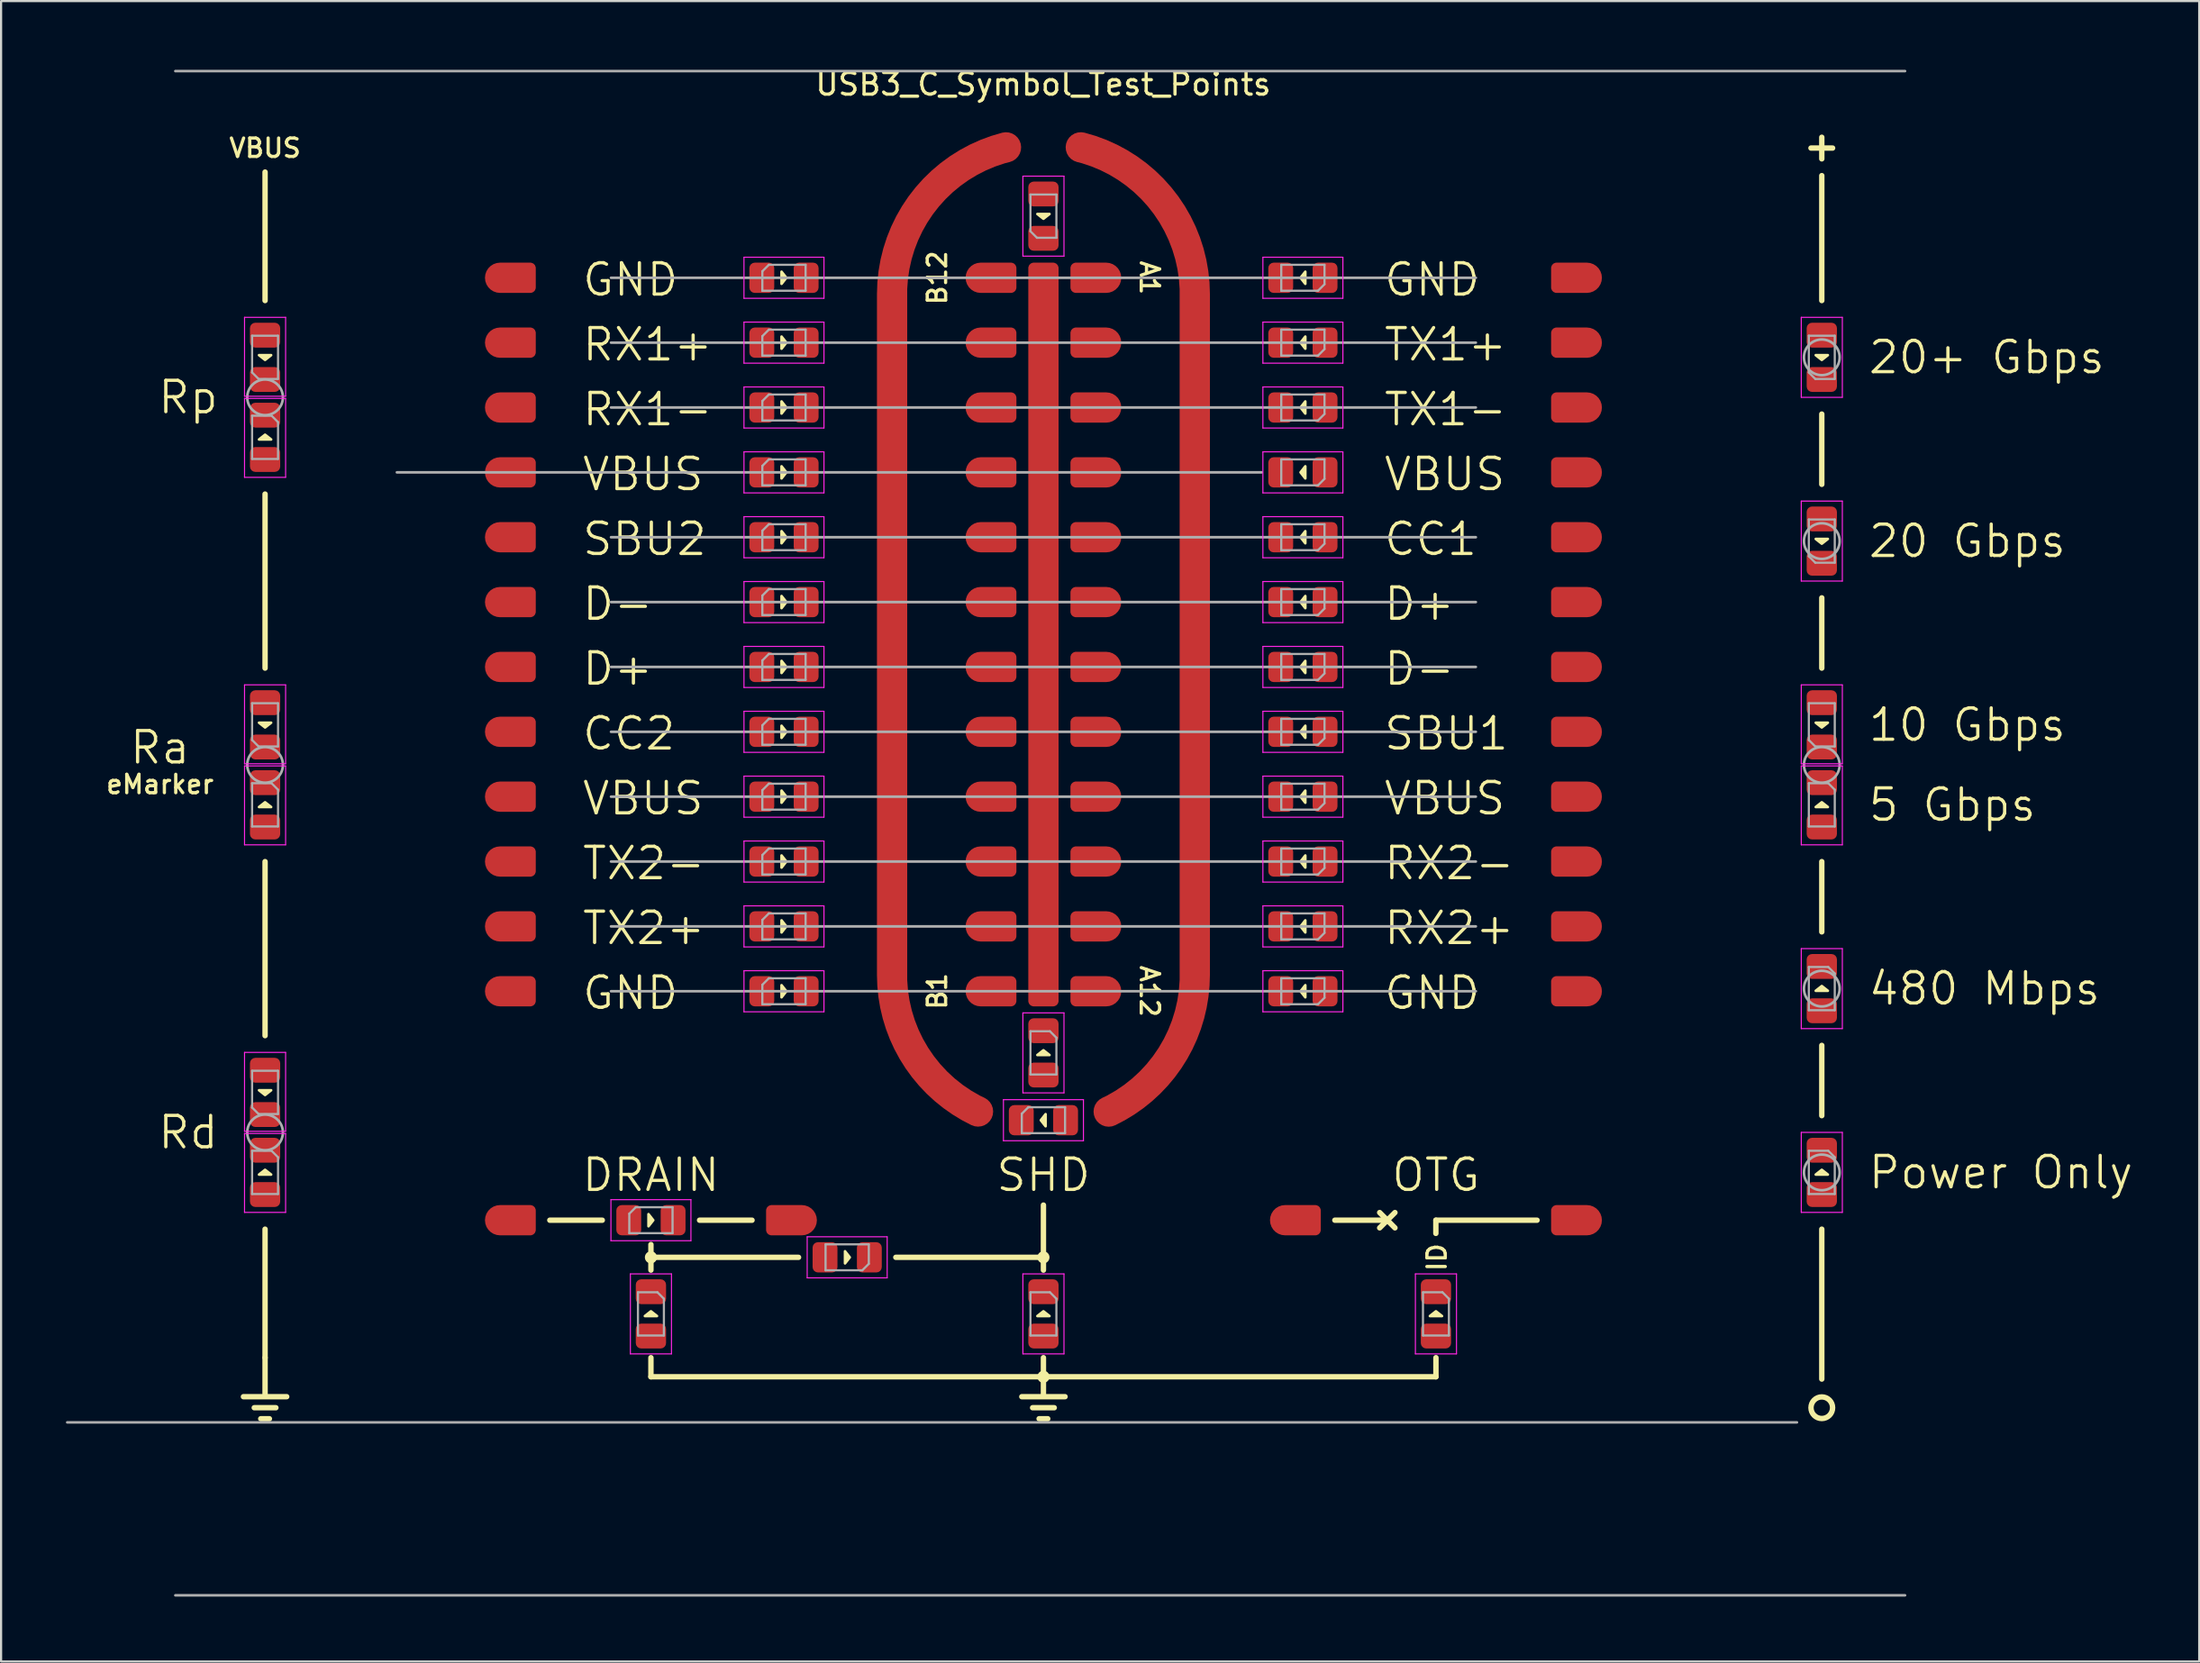
<source format=kicad_pcb>
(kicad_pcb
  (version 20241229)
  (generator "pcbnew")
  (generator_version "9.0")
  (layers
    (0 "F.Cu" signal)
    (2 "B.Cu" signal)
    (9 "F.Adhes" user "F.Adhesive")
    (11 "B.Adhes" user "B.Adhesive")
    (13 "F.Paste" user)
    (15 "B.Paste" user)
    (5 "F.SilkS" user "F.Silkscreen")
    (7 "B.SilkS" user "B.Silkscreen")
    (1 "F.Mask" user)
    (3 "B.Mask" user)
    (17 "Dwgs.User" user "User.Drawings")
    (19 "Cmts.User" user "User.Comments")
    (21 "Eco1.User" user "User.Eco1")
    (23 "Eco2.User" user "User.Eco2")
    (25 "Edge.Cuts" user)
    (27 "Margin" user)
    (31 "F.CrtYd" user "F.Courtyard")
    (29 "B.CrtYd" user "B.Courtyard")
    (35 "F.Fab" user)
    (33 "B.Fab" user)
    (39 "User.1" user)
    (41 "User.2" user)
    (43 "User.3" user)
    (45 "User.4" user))
  (footprint "USB3_C_Symbol_Test_Points"
    (layer "F.Cu")
    (at 45.21 26.298)
    (property "Reference" "USB3_C_Symbol_Test_Points" (at -0.01 -25.45 0) (unlocked yes) (layer "F.SilkS") (effects (font (size 1 1) (thickness 0.15))))
    (attr smd)
    (fp_line (start -37 35.253) (end -35 35.253) (stroke (width 0.25) (type default)) (layer "F.SilkS"))
    (fp_line (start -36.5 35.763) (end -35.5 35.763) (stroke (width 0.25) (type default)) (layer "F.SilkS"))
    (fp_line (start -36.2 36.273) (end -35.8 36.273) (stroke (width 0.25) (type default)) (layer "F.SilkS"))
    (fp_line (start -36 -15.446) (end -36 -21.39) (stroke (width 0.25) (type default)) (layer "F.SilkS"))
    (fp_line (start -36 1.554) (end -36 -6.496) (stroke (width 0.25) (type default)) (layer "F.SilkS"))
    (fp_line (start -36 18.554) (end -36 10.504) (stroke (width 0.25) (type default)) (layer "F.SilkS"))
    (fp_line (start -36 33.448) (end -36 27.504) (stroke (width 0.25) (type default)) (layer "F.SilkS"))
    (fp_line (start -36 33.448) (end -36 35.213) (stroke (width 0.25) (type default)) (layer "F.SilkS"))
    (fp_line (start -22.83 27.09) (end -20.404 27.09) (stroke (width 0.25) (type default)) (layer "F.SilkS"))
    (fp_line (start -18.154 28.215) (end -18.154 29.398) (stroke (width 0.25) (type default)) (layer "F.SilkS"))
    (fp_line (start -18.154 28.807) (end -11.327 28.807) (stroke (width 0.25) (type default)) (layer "F.SilkS"))
    (fp_line (start -18.154 33.448) (end -18.154 34.331) (stroke (width 0.25) (type default)) (layer "F.SilkS"))
    (fp_line (start -18.154 34.331) (end 18.154 34.331) (stroke (width 0.25) (type default)) (layer "F.SilkS"))
    (fp_line (start -15.904 27.09) (end -13.478 27.09) (stroke (width 0.25) (type default)) (layer "F.SilkS"))
    (fp_line (start -6.827 28.807) (end 0 28.807) (stroke (width 0.25) (type default)) (layer "F.SilkS"))
    (fp_line (start -1 35.253) (end 1 35.253) (stroke (width 0.25) (type default)) (layer "F.SilkS"))
    (fp_line (start -0.5 35.763) (end 0.5 35.763) (stroke (width 0.25) (type default)) (layer "F.SilkS"))
    (fp_line (start -0.2 36.273) (end 0.2 36.273) (stroke (width 0.25) (type default)) (layer "F.SilkS"))
    (fp_line (start 0 26.39) (end 0 29.398) (stroke (width 0.25) (type default)) (layer "F.SilkS"))
    (fp_line (start 0 33.448) (end 0 35.213) (stroke (width 0.25) (type default)) (layer "F.SilkS"))
    (fp_line (start 13.478 27.09) (end 15.904 27.09) (stroke (width 0.25) (type default)) (layer "F.SilkS"))
    (fp_line (start 15.551 27.444) (end 16.258 26.736) (stroke (width 0.25) (type default)) (layer "F.SilkS"))
    (fp_line (start 16.258 27.444) (end 15.551 26.736) (stroke (width 0.25) (type default)) (layer "F.SilkS"))
    (fp_line (start 18.15 27.09) (end 18.15 27.7) (stroke (width 0.25) (type default)) (layer "F.SilkS"))
    (fp_line (start 18.154 27.09) (end 22.83 27.09) (stroke (width 0.25) (type default)) (layer "F.SilkS"))
    (fp_line (start 18.154 33.448) (end 18.154 34.331) (stroke (width 0.25) (type default)) (layer "F.SilkS"))
    (fp_line (start 36 -22) (end 36 -23) (stroke (width 0.25) (type default)) (layer "F.SilkS"))
    (fp_line (start 36 -15.446) (end 36 -21.225) (stroke (width 0.25) (type default)) (layer "F.SilkS"))
    (fp_line (start 36 -6.946) (end 36 -10.196) (stroke (width 0.25) (type default)) (layer "F.SilkS"))
    (fp_line (start 36 1.554) (end 36 -1.696) (stroke (width 0.25) (type default)) (layer "F.SilkS"))
    (fp_line (start 36 13.754) (end 36 10.504) (stroke (width 0.25) (type default)) (layer "F.SilkS"))
    (fp_line (start 36 22.254) (end 36 19.004) (stroke (width 0.25) (type default)) (layer "F.SilkS"))
    (fp_line (start 36 34.438) (end 36 27.504) (stroke (width 0.25) (type default)) (layer "F.SilkS"))
    (fp_line (start 36.5 -22.5) (end 35.5 -22.5) (stroke (width 0.25) (type default)) (layer "F.SilkS"))
    (fp_circle (center -18.154 28.807) (end -17.934 28.807) (stroke (width 0.12) (type solid)) (fill yes) (layer "F.SilkS"))
    (fp_circle (center 0 28.807) (end 0.22 28.807) (stroke (width 0.12) (type solid)) (fill yes) (layer "F.SilkS"))
    (fp_circle (center 0 34.331) (end 0.22 34.331) (stroke (width 0.12) (type solid)) (fill yes) (layer "F.SilkS"))
    (fp_circle (center 36 35.763) (end 36.5 35.763) (stroke (width 0.25) (type default)) (fill no) (layer "F.SilkS"))
    (fp_poly (pts (xy -36.28 -12.921) (xy -36 -12.701) (xy -35.72 -12.921)) (stroke (width 0.12) (type solid)) (fill yes) (layer "F.SilkS"))
    (fp_poly (pts (xy -36.28 4.079) (xy -36 4.299) (xy -35.72 4.079)) (stroke (width 0.12) (type solid)) (fill yes) (layer "F.SilkS"))
    (fp_poly (pts (xy -36.28 21.079) (xy -36 21.299) (xy -35.72 21.079)) (stroke (width 0.12) (type solid)) (fill yes) (layer "F.SilkS"))
    (fp_poly (pts (xy -35.72 -9.021) (xy -36 -9.241) (xy -36.28 -9.021)) (stroke (width 0.12) (type solid)) (fill yes) (layer "F.SilkS"))
    (fp_poly (pts (xy -35.72 7.979) (xy -36 7.759) (xy -36.28 7.979)) (stroke (width 0.12) (type solid)) (fill yes) (layer "F.SilkS"))
    (fp_poly (pts (xy -35.72 24.979) (xy -36 24.759) (xy -36.28 24.979)) (stroke (width 0.12) (type solid)) (fill yes) (layer "F.SilkS"))
    (fp_poly (pts (xy -18.266 26.81) (xy -18.046 27.09) (xy -18.266 27.37)) (stroke (width 0.12) (type solid)) (fill yes) (layer "F.SilkS"))
    (fp_poly (pts (xy -17.874 31.523) (xy -18.154 31.303) (xy -18.434 31.523)) (stroke (width 0.12) (type solid)) (fill yes) (layer "F.SilkS"))
    (fp_poly (pts (xy -12.112 -16.78) (xy -11.892 -16.5) (xy -12.112 -16.22)) (stroke (width 0.12) (type solid)) (fill yes) (layer "F.SilkS"))
    (fp_poly (pts (xy -12.112 -13.78) (xy -11.892 -13.5) (xy -12.112 -13.22)) (stroke (width 0.12) (type solid)) (fill yes) (layer "F.SilkS"))
    (fp_poly (pts (xy -12.112 -10.78) (xy -11.892 -10.5) (xy -12.112 -10.22)) (stroke (width 0.12) (type solid)) (fill yes) (layer "F.SilkS"))
    (fp_poly (pts (xy -12.112 -7.78) (xy -11.892 -7.5) (xy -12.112 -7.22)) (stroke (width 0.12) (type solid)) (fill yes) (layer "F.SilkS"))
    (fp_poly (pts (xy -12.112 -4.78) (xy -11.892 -4.5) (xy -12.112 -4.22)) (stroke (width 0.12) (type solid)) (fill yes) (layer "F.SilkS"))
    (fp_poly (pts (xy -12.112 -1.78) (xy -11.892 -1.5) (xy -12.112 -1.22)) (stroke (width 0.12) (type solid)) (fill yes) (layer "F.SilkS"))
    (fp_poly (pts (xy -12.112 1.22) (xy -11.892 1.5) (xy -12.112 1.78)) (stroke (width 0.12) (type solid)) (fill yes) (layer "F.SilkS"))
    (fp_poly (pts (xy -12.112 4.22) (xy -11.892 4.5) (xy -12.112 4.78)) (stroke (width 0.12) (type solid)) (fill yes) (layer "F.SilkS"))
    (fp_poly (pts (xy -12.112 7.22) (xy -11.892 7.5) (xy -12.112 7.78)) (stroke (width 0.12) (type solid)) (fill yes) (layer "F.SilkS"))
    (fp_poly (pts (xy -12.112 10.22) (xy -11.892 10.5) (xy -12.112 10.78)) (stroke (width 0.12) (type solid)) (fill yes) (layer "F.SilkS"))
    (fp_poly (pts (xy -12.112 13.22) (xy -11.892 13.5) (xy -12.112 13.78)) (stroke (width 0.12) (type solid)) (fill yes) (layer "F.SilkS"))
    (fp_poly (pts (xy -12.112 16.22) (xy -11.892 16.5) (xy -12.112 16.78)) (stroke (width 0.12) (type solid)) (fill yes) (layer "F.SilkS"))
    (fp_poly (pts (xy -9.177 29.087) (xy -8.957 28.807) (xy -9.177 28.527)) (stroke (width 0.12) (type solid)) (fill yes) (layer "F.SilkS"))
    (fp_poly (pts (xy -0.28 -19.45) (xy 0 -19.23) (xy 0.28 -19.45)) (stroke (width 0.12) (type solid)) (fill yes) (layer "F.SilkS"))
    (fp_poly (pts (xy 0.1 22.185) (xy -0.12 22.465) (xy 0.1 22.745)) (stroke (width 0.12) (type solid)) (fill yes) (layer "F.SilkS"))
    (fp_poly (pts (xy 0.28 19.45) (xy 0 19.23) (xy -0.28 19.45)) (stroke (width 0.12) (type solid)) (fill yes) (layer "F.SilkS"))
    (fp_poly (pts (xy 0.28 31.523) (xy 0 31.303) (xy -0.28 31.523)) (stroke (width 0.12) (type solid)) (fill yes) (layer "F.SilkS"))
    (fp_poly (pts (xy 12.112 -16.22) (xy 11.892 -16.5) (xy 12.112 -16.78)) (stroke (width 0.12) (type solid)) (fill yes) (layer "F.SilkS"))
    (fp_poly (pts (xy 12.112 -13.22) (xy 11.892 -13.5) (xy 12.112 -13.78)) (stroke (width 0.12) (type solid)) (fill yes) (layer "F.SilkS"))
    (fp_poly (pts (xy 12.112 -10.22) (xy 11.892 -10.5) (xy 12.112 -10.78)) (stroke (width 0.12) (type solid)) (fill yes) (layer "F.SilkS"))
    (fp_poly (pts (xy 12.112 -7.22) (xy 11.892 -7.5) (xy 12.112 -7.78)) (stroke (width 0.12) (type solid)) (fill yes) (layer "F.SilkS"))
    (fp_poly (pts (xy 12.112 -4.22) (xy 11.892 -4.5) (xy 12.112 -4.78)) (stroke (width 0.12) (type solid)) (fill yes) (layer "F.SilkS"))
    (fp_poly (pts (xy 12.112 -1.22) (xy 11.892 -1.5) (xy 12.112 -1.78)) (stroke (width 0.12) (type solid)) (fill yes) (layer "F.SilkS"))
    (fp_poly (pts (xy 12.112 1.78) (xy 11.892 1.5) (xy 12.112 1.22)) (stroke (width 0.12) (type solid)) (fill yes) (layer "F.SilkS"))
    (fp_poly (pts (xy 12.112 4.78) (xy 11.892 4.5) (xy 12.112 4.22)) (stroke (width 0.12) (type solid)) (fill yes) (layer "F.SilkS"))
    (fp_poly (pts (xy 12.112 7.78) (xy 11.892 7.5) (xy 12.112 7.22)) (stroke (width 0.12) (type solid)) (fill yes) (layer "F.SilkS"))
    (fp_poly (pts (xy 12.112 10.78) (xy 11.892 10.5) (xy 12.112 10.22)) (stroke (width 0.12) (type solid)) (fill yes) (layer "F.SilkS"))
    (fp_poly (pts (xy 12.112 13.78) (xy 11.892 13.5) (xy 12.112 13.22)) (stroke (width 0.12) (type solid)) (fill yes) (layer "F.SilkS"))
    (fp_poly (pts (xy 12.112 16.78) (xy 11.892 16.5) (xy 12.112 16.22)) (stroke (width 0.12) (type solid)) (fill yes) (layer "F.SilkS"))
    (fp_poly (pts (xy 18.434 31.523) (xy 18.154 31.303) (xy 17.874 31.523)) (stroke (width 0.12) (type solid)) (fill yes) (layer "F.SilkS"))
    (fp_poly (pts (xy 35.72 -12.921) (xy 36 -12.701) (xy 36.28 -12.921)) (stroke (width 0.12) (type solid)) (fill yes) (layer "F.SilkS"))
    (fp_poly (pts (xy 35.72 -4.421) (xy 36 -4.201) (xy 36.28 -4.421)) (stroke (width 0.12) (type solid)) (fill yes) (layer "F.SilkS"))
    (fp_poly (pts (xy 35.72 4.079) (xy 36 4.299) (xy 36.28 4.079)) (stroke (width 0.12) (type solid)) (fill yes) (layer "F.SilkS"))
    (fp_poly (pts (xy 36.28 7.979) (xy 36 7.759) (xy 35.72 7.979)) (stroke (width 0.12) (type solid)) (fill yes) (layer "F.SilkS"))
    (fp_poly (pts (xy 36.28 16.479) (xy 36 16.259) (xy 35.72 16.479)) (stroke (width 0.12) (type solid)) (fill yes) (layer "F.SilkS"))
    (fp_poly (pts (xy 36.28 24.979) (xy 36 24.759) (xy 35.72 24.979)) (stroke (width 0.12) (type solid)) (fill yes) (layer "F.SilkS"))
    (fp_line (start -36.95 -14.671) (end -35.05 -14.671) (stroke (width 0.05) (type solid)) (layer "F.CrtYd"))
    (fp_line (start -36.95 -11.021) (end -36.95 -14.671) (stroke (width 0.05) (type solid)) (layer "F.CrtYd"))
    (fp_line (start -36.95 -10.921) (end -35.05 -10.921) (stroke (width 0.05) (type solid)) (layer "F.CrtYd"))
    (fp_line (start -36.95 -7.271) (end -36.95 -10.921) (stroke (width 0.05) (type solid)) (layer "F.CrtYd"))
    (fp_line (start -36.95 2.329) (end -35.05 2.329) (stroke (width 0.05) (type solid)) (layer "F.CrtYd"))
    (fp_line (start -36.95 5.979) (end -36.95 2.329) (stroke (width 0.05) (type solid)) (layer "F.CrtYd"))
    (fp_line (start -36.95 6.079) (end -35.05 6.079) (stroke (width 0.05) (type solid)) (layer "F.CrtYd"))
    (fp_line (start -36.95 9.729) (end -36.95 6.079) (stroke (width 0.05) (type solid)) (layer "F.CrtYd"))
    (fp_line (start -36.95 19.329) (end -35.05 19.329) (stroke (width 0.05) (type solid)) (layer "F.CrtYd"))
    (fp_line (start -36.95 22.979) (end -36.95 19.329) (stroke (width 0.05) (type solid)) (layer "F.CrtYd"))
    (fp_line (start -36.95 23.079) (end -35.05 23.079) (stroke (width 0.05) (type solid)) (layer "F.CrtYd"))
    (fp_line (start -36.95 26.729) (end -36.95 23.079) (stroke (width 0.05) (type solid)) (layer "F.CrtYd"))
    (fp_line (start -35.05 -14.671) (end -35.05 -11.021) (stroke (width 0.05) (type solid)) (layer "F.CrtYd"))
    (fp_line (start -35.05 -11.021) (end -36.95 -11.021) (stroke (width 0.05) (type solid)) (layer "F.CrtYd"))
    (fp_line (start -35.05 -10.921) (end -35.05 -7.271) (stroke (width 0.05) (type solid)) (layer "F.CrtYd"))
    (fp_line (start -35.05 -7.271) (end -36.95 -7.271) (stroke (width 0.05) (type solid)) (layer "F.CrtYd"))
    (fp_line (start -35.05 2.329) (end -35.05 5.979) (stroke (width 0.05) (type solid)) (layer "F.CrtYd"))
    (fp_line (start -35.05 5.979) (end -36.95 5.979) (stroke (width 0.05) (type solid)) (layer "F.CrtYd"))
    (fp_line (start -35.05 6.079) (end -35.05 9.729) (stroke (width 0.05) (type solid)) (layer "F.CrtYd"))
    (fp_line (start -35.05 9.729) (end -36.95 9.729) (stroke (width 0.05) (type solid)) (layer "F.CrtYd"))
    (fp_line (start -35.05 19.329) (end -35.05 22.979) (stroke (width 0.05) (type solid)) (layer "F.CrtYd"))
    (fp_line (start -35.05 22.979) (end -36.95 22.979) (stroke (width 0.05) (type solid)) (layer "F.CrtYd"))
    (fp_line (start -35.05 23.079) (end -35.05 26.729) (stroke (width 0.05) (type solid)) (layer "F.CrtYd"))
    (fp_line (start -35.05 26.729) (end -36.95 26.729) (stroke (width 0.05) (type solid)) (layer "F.CrtYd"))
    (fp_line (start -20.004 26.14) (end -16.304 26.14) (stroke (width 0.05) (type solid)) (layer "F.CrtYd"))
    (fp_line (start -20.004 28.04) (end -20.004 26.14) (stroke (width 0.05) (type solid)) (layer "F.CrtYd"))
    (fp_line (start -19.104 29.573) (end -17.204 29.573) (stroke (width 0.05) (type solid)) (layer "F.CrtYd"))
    (fp_line (start -19.104 33.273) (end -19.104 29.573) (stroke (width 0.05) (type solid)) (layer "F.CrtYd"))
    (fp_line (start -17.204 29.573) (end -17.204 33.273) (stroke (width 0.05) (type solid)) (layer "F.CrtYd"))
    (fp_line (start -17.204 33.273) (end -19.104 33.273) (stroke (width 0.05) (type solid)) (layer "F.CrtYd"))
    (fp_line (start -16.304 26.14) (end -16.304 28.04) (stroke (width 0.05) (type solid)) (layer "F.CrtYd"))
    (fp_line (start -16.304 28.04) (end -20.004 28.04) (stroke (width 0.05) (type solid)) (layer "F.CrtYd"))
    (fp_line (start -13.85 -17.45) (end -10.15 -17.45) (stroke (width 0.05) (type solid)) (layer "F.CrtYd"))
    (fp_line (start -13.85 -15.55) (end -13.85 -17.45) (stroke (width 0.05) (type solid)) (layer "F.CrtYd"))
    (fp_line (start -13.85 -14.45) (end -10.15 -14.45) (stroke (width 0.05) (type solid)) (layer "F.CrtYd"))
    (fp_line (start -13.85 -12.55) (end -13.85 -14.45) (stroke (width 0.05) (type solid)) (layer "F.CrtYd"))
    (fp_line (start -13.85 -11.45) (end -10.15 -11.45) (stroke (width 0.05) (type solid)) (layer "F.CrtYd"))
    (fp_line (start -13.85 -9.55) (end -13.85 -11.45) (stroke (width 0.05) (type solid)) (layer "F.CrtYd"))
    (fp_line (start -13.85 -8.45) (end -10.15 -8.45) (stroke (width 0.05) (type solid)) (layer "F.CrtYd"))
    (fp_line (start -13.85 -6.55) (end -13.85 -8.45) (stroke (width 0.05) (type solid)) (layer "F.CrtYd"))
    (fp_line (start -13.85 -5.45) (end -10.15 -5.45) (stroke (width 0.05) (type solid)) (layer "F.CrtYd"))
    (fp_line (start -13.85 -3.55) (end -13.85 -5.45) (stroke (width 0.05) (type solid)) (layer "F.CrtYd"))
    (fp_line (start -13.85 -2.45) (end -10.15 -2.45) (stroke (width 0.05) (type solid)) (layer "F.CrtYd"))
    (fp_line (start -13.85 -0.55) (end -13.85 -2.45) (stroke (width 0.05) (type solid)) (layer "F.CrtYd"))
    (fp_line (start -13.85 0.55) (end -10.15 0.55) (stroke (width 0.05) (type solid)) (layer "F.CrtYd"))
    (fp_line (start -13.85 2.45) (end -13.85 0.55) (stroke (width 0.05) (type solid)) (layer "F.CrtYd"))
    (fp_line (start -13.85 3.55) (end -10.15 3.55) (stroke (width 0.05) (type solid)) (layer "F.CrtYd"))
    (fp_line (start -13.85 5.45) (end -13.85 3.55) (stroke (width 0.05) (type solid)) (layer "F.CrtYd"))
    (fp_line (start -13.85 6.55) (end -10.15 6.55) (stroke (width 0.05) (type solid)) (layer "F.CrtYd"))
    (fp_line (start -13.85 8.45) (end -13.85 6.55) (stroke (width 0.05) (type solid)) (layer "F.CrtYd"))
    (fp_line (start -13.85 9.55) (end -10.15 9.55) (stroke (width 0.05) (type solid)) (layer "F.CrtYd"))
    (fp_line (start -13.85 11.45) (end -13.85 9.55) (stroke (width 0.05) (type solid)) (layer "F.CrtYd"))
    (fp_line (start -13.85 12.55) (end -10.15 12.55) (stroke (width 0.05) (type solid)) (layer "F.CrtYd"))
    (fp_line (start -13.85 14.45) (end -13.85 12.55) (stroke (width 0.05) (type solid)) (layer "F.CrtYd"))
    (fp_line (start -13.85 15.55) (end -10.15 15.55) (stroke (width 0.05) (type solid)) (layer "F.CrtYd"))
    (fp_line (start -13.85 17.45) (end -13.85 15.55) (stroke (width 0.05) (type solid)) (layer "F.CrtYd"))
    (fp_line (start -10.927 27.857) (end -7.227 27.857) (stroke (width 0.05) (type solid)) (layer "F.CrtYd"))
    (fp_line (start -10.927 29.757) (end -10.927 27.857) (stroke (width 0.05) (type solid)) (layer "F.CrtYd"))
    (fp_line (start -10.15 -17.45) (end -10.15 -15.55) (stroke (width 0.05) (type solid)) (layer "F.CrtYd"))
    (fp_line (start -10.15 -15.55) (end -13.85 -15.55) (stroke (width 0.05) (type solid)) (layer "F.CrtYd"))
    (fp_line (start -10.15 -14.45) (end -10.15 -12.55) (stroke (width 0.05) (type solid)) (layer "F.CrtYd"))
    (fp_line (start -10.15 -12.55) (end -13.85 -12.55) (stroke (width 0.05) (type solid)) (layer "F.CrtYd"))
    (fp_line (start -10.15 -11.45) (end -10.15 -9.55) (stroke (width 0.05) (type solid)) (layer "F.CrtYd"))
    (fp_line (start -10.15 -9.55) (end -13.85 -9.55) (stroke (width 0.05) (type solid)) (layer "F.CrtYd"))
    (fp_line (start -10.15 -8.45) (end -10.15 -6.55) (stroke (width 0.05) (type solid)) (layer "F.CrtYd"))
    (fp_line (start -10.15 -6.55) (end -13.85 -6.55) (stroke (width 0.05) (type solid)) (layer "F.CrtYd"))
    (fp_line (start -10.15 -5.45) (end -10.15 -3.55) (stroke (width 0.05) (type solid)) (layer "F.CrtYd"))
    (fp_line (start -10.15 -3.55) (end -13.85 -3.55) (stroke (width 0.05) (type solid)) (layer "F.CrtYd"))
    (fp_line (start -10.15 -2.45) (end -10.15 -0.55) (stroke (width 0.05) (type solid)) (layer "F.CrtYd"))
    (fp_line (start -10.15 -0.55) (end -13.85 -0.55) (stroke (width 0.05) (type solid)) (layer "F.CrtYd"))
    (fp_line (start -10.15 0.55) (end -10.15 2.45) (stroke (width 0.05) (type solid)) (layer "F.CrtYd"))
    (fp_line (start -10.15 2.45) (end -13.85 2.45) (stroke (width 0.05) (type solid)) (layer "F.CrtYd"))
    (fp_line (start -10.15 3.55) (end -10.15 5.45) (stroke (width 0.05) (type solid)) (layer "F.CrtYd"))
    (fp_line (start -10.15 5.45) (end -13.85 5.45) (stroke (width 0.05) (type solid)) (layer "F.CrtYd"))
    (fp_line (start -10.15 6.55) (end -10.15 8.45) (stroke (width 0.05) (type solid)) (layer "F.CrtYd"))
    (fp_line (start -10.15 8.45) (end -13.85 8.45) (stroke (width 0.05) (type solid)) (layer "F.CrtYd"))
    (fp_line (start -10.15 9.55) (end -10.15 11.45) (stroke (width 0.05) (type solid)) (layer "F.CrtYd"))
    (fp_line (start -10.15 11.45) (end -13.85 11.45) (stroke (width 0.05) (type solid)) (layer "F.CrtYd"))
    (fp_line (start -10.15 12.55) (end -10.15 14.45) (stroke (width 0.05) (type solid)) (layer "F.CrtYd"))
    (fp_line (start -10.15 14.45) (end -13.85 14.45) (stroke (width 0.05) (type solid)) (layer "F.CrtYd"))
    (fp_line (start -10.15 15.55) (end -10.15 17.45) (stroke (width 0.05) (type solid)) (layer "F.CrtYd"))
    (fp_line (start -10.15 17.45) (end -13.85 17.45) (stroke (width 0.05) (type solid)) (layer "F.CrtYd"))
    (fp_line (start -7.227 27.857) (end -7.227 29.757) (stroke (width 0.05) (type solid)) (layer "F.CrtYd"))
    (fp_line (start -7.227 29.757) (end -10.927 29.757) (stroke (width 0.05) (type solid)) (layer "F.CrtYd"))
    (fp_line (start -1.85 21.515) (end 1.85 21.515) (stroke (width 0.05) (type solid)) (layer "F.CrtYd"))
    (fp_line (start -1.85 23.415) (end -1.85 21.515) (stroke (width 0.05) (type solid)) (layer "F.CrtYd"))
    (fp_line (start -0.95 -21.2) (end 0.95 -21.2) (stroke (width 0.05) (type solid)) (layer "F.CrtYd"))
    (fp_line (start -0.95 -17.5) (end -0.95 -21.2) (stroke (width 0.05) (type solid)) (layer "F.CrtYd"))
    (fp_line (start -0.95 17.5) (end 0.95 17.5) (stroke (width 0.05) (type solid)) (layer "F.CrtYd"))
    (fp_line (start -0.95 21.2) (end -0.95 17.5) (stroke (width 0.05) (type solid)) (layer "F.CrtYd"))
    (fp_line (start -0.95 29.573) (end 0.95 29.573) (stroke (width 0.05) (type solid)) (layer "F.CrtYd"))
    (fp_line (start -0.95 33.273) (end -0.95 29.573) (stroke (width 0.05) (type solid)) (layer "F.CrtYd"))
    (fp_line (start 0.95 -21.2) (end 0.95 -17.5) (stroke (width 0.05) (type solid)) (layer "F.CrtYd"))
    (fp_line (start 0.95 -17.5) (end -0.95 -17.5) (stroke (width 0.05) (type solid)) (layer "F.CrtYd"))
    (fp_line (start 0.95 17.5) (end 0.95 21.2) (stroke (width 0.05) (type solid)) (layer "F.CrtYd"))
    (fp_line (start 0.95 21.2) (end -0.95 21.2) (stroke (width 0.05) (type solid)) (layer "F.CrtYd"))
    (fp_line (start 0.95 29.573) (end 0.95 33.273) (stroke (width 0.05) (type solid)) (layer "F.CrtYd"))
    (fp_line (start 0.95 33.273) (end -0.95 33.273) (stroke (width 0.05) (type solid)) (layer "F.CrtYd"))
    (fp_line (start 1.85 21.515) (end 1.85 23.415) (stroke (width 0.05) (type solid)) (layer "F.CrtYd"))
    (fp_line (start 1.85 23.415) (end -1.85 23.415) (stroke (width 0.05) (type solid)) (layer "F.CrtYd"))
    (fp_line (start 10.15 -17.45) (end 13.85 -17.45) (stroke (width 0.05) (type solid)) (layer "F.CrtYd"))
    (fp_line (start 10.15 -15.55) (end 10.15 -17.45) (stroke (width 0.05) (type solid)) (layer "F.CrtYd"))
    (fp_line (start 10.15 -14.45) (end 13.85 -14.45) (stroke (width 0.05) (type solid)) (layer "F.CrtYd"))
    (fp_line (start 10.15 -12.55) (end 10.15 -14.45) (stroke (width 0.05) (type solid)) (layer "F.CrtYd"))
    (fp_line (start 10.15 -11.45) (end 13.85 -11.45) (stroke (width 0.05) (type solid)) (layer "F.CrtYd"))
    (fp_line (start 10.15 -9.55) (end 10.15 -11.45) (stroke (width 0.05) (type solid)) (layer "F.CrtYd"))
    (fp_line (start 10.15 -8.45) (end 13.85 -8.45) (stroke (width 0.05) (type solid)) (layer "F.CrtYd"))
    (fp_line (start 10.15 -6.55) (end 10.15 -8.45) (stroke (width 0.05) (type solid)) (layer "F.CrtYd"))
    (fp_line (start 10.15 -5.45) (end 13.85 -5.45) (stroke (width 0.05) (type solid)) (layer "F.CrtYd"))
    (fp_line (start 10.15 -3.55) (end 10.15 -5.45) (stroke (width 0.05) (type solid)) (layer "F.CrtYd"))
    (fp_line (start 10.15 -2.45) (end 13.85 -2.45) (stroke (width 0.05) (type solid)) (layer "F.CrtYd"))
    (fp_line (start 10.15 -0.55) (end 10.15 -2.45) (stroke (width 0.05) (type solid)) (layer "F.CrtYd"))
    (fp_line (start 10.15 0.55) (end 13.85 0.55) (stroke (width 0.05) (type solid)) (layer "F.CrtYd"))
    (fp_line (start 10.15 2.45) (end 10.15 0.55) (stroke (width 0.05) (type solid)) (layer "F.CrtYd"))
    (fp_line (start 10.15 3.55) (end 13.85 3.55) (stroke (width 0.05) (type solid)) (layer "F.CrtYd"))
    (fp_line (start 10.15 5.45) (end 10.15 3.55) (stroke (width 0.05) (type solid)) (layer "F.CrtYd"))
    (fp_line (start 10.15 6.55) (end 13.85 6.55) (stroke (width 0.05) (type solid)) (layer "F.CrtYd"))
    (fp_line (start 10.15 8.45) (end 10.15 6.55) (stroke (width 0.05) (type solid)) (layer "F.CrtYd"))
    (fp_line (start 10.15 9.55) (end 13.85 9.55) (stroke (width 0.05) (type solid)) (layer "F.CrtYd"))
    (fp_line (start 10.15 11.45) (end 10.15 9.55) (stroke (width 0.05) (type solid)) (layer "F.CrtYd"))
    (fp_line (start 10.15 12.55) (end 13.85 12.55) (stroke (width 0.05) (type solid)) (layer "F.CrtYd"))
    (fp_line (start 10.15 14.45) (end 10.15 12.55) (stroke (width 0.05) (type solid)) (layer "F.CrtYd"))
    (fp_line (start 10.15 15.55) (end 13.85 15.55) (stroke (width 0.05) (type solid)) (layer "F.CrtYd"))
    (fp_line (start 10.15 17.45) (end 10.15 15.55) (stroke (width 0.05) (type solid)) (layer "F.CrtYd"))
    (fp_line (start 13.85 -17.45) (end 13.85 -15.55) (stroke (width 0.05) (type solid)) (layer "F.CrtYd"))
    (fp_line (start 13.85 -15.55) (end 10.15 -15.55) (stroke (width 0.05) (type solid)) (layer "F.CrtYd"))
    (fp_line (start 13.85 -14.45) (end 13.85 -12.55) (stroke (width 0.05) (type solid)) (layer "F.CrtYd"))
    (fp_line (start 13.85 -12.55) (end 10.15 -12.55) (stroke (width 0.05) (type solid)) (layer "F.CrtYd"))
    (fp_line (start 13.85 -11.45) (end 13.85 -9.55) (stroke (width 0.05) (type solid)) (layer "F.CrtYd"))
    (fp_line (start 13.85 -9.55) (end 10.15 -9.55) (stroke (width 0.05) (type solid)) (layer "F.CrtYd"))
    (fp_line (start 13.85 -8.45) (end 13.85 -6.55) (stroke (width 0.05) (type solid)) (layer "F.CrtYd"))
    (fp_line (start 13.85 -6.55) (end 10.15 -6.55) (stroke (width 0.05) (type solid)) (layer "F.CrtYd"))
    (fp_line (start 13.85 -5.45) (end 13.85 -3.55) (stroke (width 0.05) (type solid)) (layer "F.CrtYd"))
    (fp_line (start 13.85 -3.55) (end 10.15 -3.55) (stroke (width 0.05) (type solid)) (layer "F.CrtYd"))
    (fp_line (start 13.85 -2.45) (end 13.85 -0.55) (stroke (width 0.05) (type solid)) (layer "F.CrtYd"))
    (fp_line (start 13.85 -0.55) (end 10.15 -0.55) (stroke (width 0.05) (type solid)) (layer "F.CrtYd"))
    (fp_line (start 13.85 0.55) (end 13.85 2.45) (stroke (width 0.05) (type solid)) (layer "F.CrtYd"))
    (fp_line (start 13.85 2.45) (end 10.15 2.45) (stroke (width 0.05) (type solid)) (layer "F.CrtYd"))
    (fp_line (start 13.85 3.55) (end 13.85 5.45) (stroke (width 0.05) (type solid)) (layer "F.CrtYd"))
    (fp_line (start 13.85 5.45) (end 10.15 5.45) (stroke (width 0.05) (type solid)) (layer "F.CrtYd"))
    (fp_line (start 13.85 6.55) (end 13.85 8.45) (stroke (width 0.05) (type solid)) (layer "F.CrtYd"))
    (fp_line (start 13.85 8.45) (end 10.15 8.45) (stroke (width 0.05) (type solid)) (layer "F.CrtYd"))
    (fp_line (start 13.85 9.55) (end 13.85 11.45) (stroke (width 0.05) (type solid)) (layer "F.CrtYd"))
    (fp_line (start 13.85 11.45) (end 10.15 11.45) (stroke (width 0.05) (type solid)) (layer "F.CrtYd"))
    (fp_line (start 13.85 12.55) (end 13.85 14.45) (stroke (width 0.05) (type solid)) (layer "F.CrtYd"))
    (fp_line (start 13.85 14.45) (end 10.15 14.45) (stroke (width 0.05) (type solid)) (layer "F.CrtYd"))
    (fp_line (start 13.85 15.55) (end 13.85 17.45) (stroke (width 0.05) (type solid)) (layer "F.CrtYd"))
    (fp_line (start 13.85 17.45) (end 10.15 17.45) (stroke (width 0.05) (type solid)) (layer "F.CrtYd"))
    (fp_line (start 17.204 29.573) (end 19.104 29.573) (stroke (width 0.05) (type solid)) (layer "F.CrtYd"))
    (fp_line (start 17.204 33.273) (end 17.204 29.573) (stroke (width 0.05) (type solid)) (layer "F.CrtYd"))
    (fp_line (start 19.104 29.573) (end 19.104 33.273) (stroke (width 0.05) (type solid)) (layer "F.CrtYd"))
    (fp_line (start 19.104 33.273) (end 17.204 33.273) (stroke (width 0.05) (type solid)) (layer "F.CrtYd"))
    (fp_line (start 35.05 -14.671) (end 36.95 -14.671) (stroke (width 0.05) (type solid)) (layer "F.CrtYd"))
    (fp_line (start 35.05 -10.971) (end 35.05 -14.671) (stroke (width 0.05) (type solid)) (layer "F.CrtYd"))
    (fp_line (start 35.05 -6.171) (end 36.95 -6.171) (stroke (width 0.05) (type solid)) (layer "F.CrtYd"))
    (fp_line (start 35.05 -2.471) (end 35.05 -6.171) (stroke (width 0.05) (type solid)) (layer "F.CrtYd"))
    (fp_line (start 35.05 2.329) (end 36.95 2.329) (stroke (width 0.05) (type solid)) (layer "F.CrtYd"))
    (fp_line (start 35.05 5.979) (end 35.05 2.329) (stroke (width 0.05) (type solid)) (layer "F.CrtYd"))
    (fp_line (start 35.05 6.079) (end 36.95 6.079) (stroke (width 0.05) (type solid)) (layer "F.CrtYd"))
    (fp_line (start 35.05 9.729) (end 35.05 6.079) (stroke (width 0.05) (type solid)) (layer "F.CrtYd"))
    (fp_line (start 35.05 14.529) (end 36.95 14.529) (stroke (width 0.05) (type solid)) (layer "F.CrtYd"))
    (fp_line (start 35.05 18.229) (end 35.05 14.529) (stroke (width 0.05) (type solid)) (layer "F.CrtYd"))
    (fp_line (start 35.05 23.029) (end 36.95 23.029) (stroke (width 0.05) (type solid)) (layer "F.CrtYd"))
    (fp_line (start 35.05 26.729) (end 35.05 23.029) (stroke (width 0.05) (type solid)) (layer "F.CrtYd"))
    (fp_line (start 36.95 -14.671) (end 36.95 -10.971) (stroke (width 0.05) (type solid)) (layer "F.CrtYd"))
    (fp_line (start 36.95 -10.971) (end 35.05 -10.971) (stroke (width 0.05) (type solid)) (layer "F.CrtYd"))
    (fp_line (start 36.95 -6.171) (end 36.95 -2.471) (stroke (width 0.05) (type solid)) (layer "F.CrtYd"))
    (fp_line (start 36.95 -2.471) (end 35.05 -2.471) (stroke (width 0.05) (type solid)) (layer "F.CrtYd"))
    (fp_line (start 36.95 2.329) (end 36.95 5.979) (stroke (width 0.05) (type solid)) (layer "F.CrtYd"))
    (fp_line (start 36.95 5.979) (end 35.05 5.979) (stroke (width 0.05) (type solid)) (layer "F.CrtYd"))
    (fp_line (start 36.95 6.079) (end 36.95 9.729) (stroke (width 0.05) (type solid)) (layer "F.CrtYd"))
    (fp_line (start 36.95 9.729) (end 35.05 9.729) (stroke (width 0.05) (type solid)) (layer "F.CrtYd"))
    (fp_line (start 36.95 14.529) (end 36.95 18.229) (stroke (width 0.05) (type solid)) (layer "F.CrtYd"))
    (fp_line (start 36.95 18.229) (end 35.05 18.229) (stroke (width 0.05) (type solid)) (layer "F.CrtYd"))
    (fp_line (start 36.95 23.029) (end 36.95 26.729) (stroke (width 0.05) (type solid)) (layer "F.CrtYd"))
    (fp_line (start 36.95 26.729) (end 35.05 26.729) (stroke (width 0.05) (type solid)) (layer "F.CrtYd"))
    (fp_line (start -36.6 -13.821) (end -36.6 -12.121) (stroke (width 0.1) (type solid)) (layer "F.Fab"))
    (fp_line (start -36.6 -12.121) (end -36.3 -11.821) (stroke (width 0.1) (type solid)) (layer "F.Fab"))
    (fp_line (start -36.6 -10.121) (end -36.6 -8.121) (stroke (width 0.1) (type solid)) (layer "F.Fab"))
    (fp_line (start -36.6 -8.121) (end -35.4 -8.121) (stroke (width 0.1) (type solid)) (layer "F.Fab"))
    (fp_line (start -36.6 3.179) (end -36.6 4.879) (stroke (width 0.1) (type solid)) (layer "F.Fab"))
    (fp_line (start -36.6 4.879) (end -36.3 5.179) (stroke (width 0.1) (type solid)) (layer "F.Fab"))
    (fp_line (start -36.6 6.879) (end -36.6 8.879) (stroke (width 0.1) (type solid)) (layer "F.Fab"))
    (fp_line (start -36.6 8.879) (end -35.4 8.879) (stroke (width 0.1) (type solid)) (layer "F.Fab"))
    (fp_line (start -36.6 20.179) (end -36.6 21.879) (stroke (width 0.1) (type solid)) (layer "F.Fab"))
    (fp_line (start -36.6 21.879) (end -36.3 22.179) (stroke (width 0.1) (type solid)) (layer "F.Fab"))
    (fp_line (start -36.6 23.879) (end -36.6 25.879) (stroke (width 0.1) (type solid)) (layer "F.Fab"))
    (fp_line (start -36.6 25.879) (end -35.4 25.879) (stroke (width 0.1) (type solid)) (layer "F.Fab"))
    (fp_line (start -36.3 -11.821) (end -35.4 -11.821) (stroke (width 0.1) (type solid)) (layer "F.Fab"))
    (fp_line (start -36.3 5.179) (end -35.4 5.179) (stroke (width 0.1) (type solid)) (layer "F.Fab"))
    (fp_line (start -36.3 22.179) (end -35.4 22.179) (stroke (width 0.1) (type solid)) (layer "F.Fab"))
    (fp_line (start -35.7 -10.121) (end -36.6 -10.121) (stroke (width 0.1) (type solid)) (layer "F.Fab"))
    (fp_line (start -35.7 6.879) (end -36.6 6.879) (stroke (width 0.1) (type solid)) (layer "F.Fab"))
    (fp_line (start -35.7 23.879) (end -36.6 23.879) (stroke (width 0.1) (type solid)) (layer "F.Fab"))
    (fp_line (start -35.4 -13.821) (end -36.6 -13.821) (stroke (width 0.1) (type solid)) (layer "F.Fab"))
    (fp_line (start -35.4 -11.821) (end -35.4 -13.821) (stroke (width 0.1) (type solid)) (layer "F.Fab"))
    (fp_line (start -35.4 -9.821) (end -35.7 -10.121) (stroke (width 0.1) (type solid)) (layer "F.Fab"))
    (fp_line (start -35.4 -8.121) (end -35.4 -9.821) (stroke (width 0.1) (type solid)) (layer "F.Fab"))
    (fp_line (start -35.4 3.179) (end -36.6 3.179) (stroke (width 0.1) (type solid)) (layer "F.Fab"))
    (fp_line (start -35.4 5.179) (end -35.4 3.179) (stroke (width 0.1) (type solid)) (layer "F.Fab"))
    (fp_line (start -35.4 7.179) (end -35.7 6.879) (stroke (width 0.1) (type solid)) (layer "F.Fab"))
    (fp_line (start -35.4 8.879) (end -35.4 7.179) (stroke (width 0.1) (type solid)) (layer "F.Fab"))
    (fp_line (start -35.4 20.179) (end -36.6 20.179) (stroke (width 0.1) (type solid)) (layer "F.Fab"))
    (fp_line (start -35.4 22.179) (end -35.4 20.179) (stroke (width 0.1) (type solid)) (layer "F.Fab"))
    (fp_line (start -35.4 24.179) (end -35.7 23.879) (stroke (width 0.1) (type solid)) (layer "F.Fab"))
    (fp_line (start -35.4 25.879) (end -35.4 24.179) (stroke (width 0.1) (type solid)) (layer "F.Fab"))
    (fp_line (start -29.904 -7.5) (end 10.096 -7.5) (stroke (width 0.12) (type default)) (layer "F.Fab"))
    (fp_line (start -20 -16.5) (end 20 -16.5) (stroke (width 0.12) (type default)) (layer "F.Fab"))
    (fp_line (start -20 -13.5) (end 20 -13.5) (stroke (width 0.12) (type default)) (layer "F.Fab"))
    (fp_line (start -20 -10.5) (end 20 -10.5) (stroke (width 0.12) (type default)) (layer "F.Fab"))
    (fp_line (start -20 -4.5) (end 20 -4.5) (stroke (width 0.12) (type default)) (layer "F.Fab"))
    (fp_line (start -20 -1.5) (end 20 -1.5) (stroke (width 0.12) (type default)) (layer "F.Fab"))
    (fp_line (start -20 1.5) (end 20 1.5) (stroke (width 0.12) (type default)) (layer "F.Fab"))
    (fp_line (start -20 4.5) (end 20 4.5) (stroke (width 0.12) (type default)) (layer "F.Fab"))
    (fp_line (start -20 7.5) (end 20 7.5) (stroke (width 0.12) (type default)) (layer "F.Fab"))
    (fp_line (start -20 10.5) (end 20 10.5) (stroke (width 0.12) (type default)) (layer "F.Fab"))
    (fp_line (start -20 13.5) (end 20 13.5) (stroke (width 0.12) (type default)) (layer "F.Fab"))
    (fp_line (start -20 16.5) (end 20 16.5) (stroke (width 0.12) (type default)) (layer "F.Fab"))
    (fp_line (start -19.154 26.79) (end -19.154 27.69) (stroke (width 0.1) (type solid)) (layer "F.Fab"))
    (fp_line (start -19.154 27.69) (end -17.154 27.69) (stroke (width 0.1) (type solid)) (layer "F.Fab"))
    (fp_line (start -18.854 26.49) (end -19.154 26.79) (stroke (width 0.1) (type solid)) (layer "F.Fab"))
    (fp_line (start -18.754 30.423) (end -18.754 32.423) (stroke (width 0.1) (type solid)) (layer "F.Fab"))
    (fp_line (start -18.754 32.423) (end -17.554 32.423) (stroke (width 0.1) (type solid)) (layer "F.Fab"))
    (fp_line (start -17.854 30.423) (end -18.754 30.423) (stroke (width 0.1) (type solid)) (layer "F.Fab"))
    (fp_line (start -17.554 30.723) (end -17.854 30.423) (stroke (width 0.1) (type solid)) (layer "F.Fab"))
    (fp_line (start -17.554 32.423) (end -17.554 30.723) (stroke (width 0.1) (type solid)) (layer "F.Fab"))
    (fp_line (start -17.154 26.49) (end -18.854 26.49) (stroke (width 0.1) (type solid)) (layer "F.Fab"))
    (fp_line (start -17.154 27.69) (end -17.154 26.49) (stroke (width 0.1) (type solid)) (layer "F.Fab"))
    (fp_line (start -13 -16.8) (end -13 -15.9) (stroke (width 0.1) (type solid)) (layer "F.Fab"))
    (fp_line (start -13 -15.9) (end -11 -15.9) (stroke (width 0.1) (type solid)) (layer "F.Fab"))
    (fp_line (start -13 -13.8) (end -13 -12.9) (stroke (width 0.1) (type solid)) (layer "F.Fab"))
    (fp_line (start -13 -12.9) (end -11 -12.9) (stroke (width 0.1) (type solid)) (layer "F.Fab"))
    (fp_line (start -13 -10.8) (end -13 -9.9) (stroke (width 0.1) (type solid)) (layer "F.Fab"))
    (fp_line (start -13 -9.9) (end -11 -9.9) (stroke (width 0.1) (type solid)) (layer "F.Fab"))
    (fp_line (start -13 -7.8) (end -13 -6.9) (stroke (width 0.1) (type solid)) (layer "F.Fab"))
    (fp_line (start -13 -6.9) (end -11 -6.9) (stroke (width 0.1) (type solid)) (layer "F.Fab"))
    (fp_line (start -13 -4.8) (end -13 -3.9) (stroke (width 0.1) (type solid)) (layer "F.Fab"))
    (fp_line (start -13 -3.9) (end -11 -3.9) (stroke (width 0.1) (type solid)) (layer "F.Fab"))
    (fp_line (start -13 -1.8) (end -13 -0.9) (stroke (width 0.1) (type solid)) (layer "F.Fab"))
    (fp_line (start -13 -0.9) (end -11 -0.9) (stroke (width 0.1) (type solid)) (layer "F.Fab"))
    (fp_line (start -13 1.2) (end -13 2.1) (stroke (width 0.1) (type solid)) (layer "F.Fab"))
    (fp_line (start -13 2.1) (end -11 2.1) (stroke (width 0.1) (type solid)) (layer "F.Fab"))
    (fp_line (start -13 4.2) (end -13 5.1) (stroke (width 0.1) (type solid)) (layer "F.Fab"))
    (fp_line (start -13 5.1) (end -11 5.1) (stroke (width 0.1) (type solid)) (layer "F.Fab"))
    (fp_line (start -13 7.2) (end -13 8.1) (stroke (width 0.1) (type solid)) (layer "F.Fab"))
    (fp_line (start -13 8.1) (end -11 8.1) (stroke (width 0.1) (type solid)) (layer "F.Fab"))
    (fp_line (start -13 10.2) (end -13 11.1) (stroke (width 0.1) (type solid)) (layer "F.Fab"))
    (fp_line (start -13 11.1) (end -11 11.1) (stroke (width 0.1) (type solid)) (layer "F.Fab"))
    (fp_line (start -13 13.2) (end -13 14.1) (stroke (width 0.1) (type solid)) (layer "F.Fab"))
    (fp_line (start -13 14.1) (end -11 14.1) (stroke (width 0.1) (type solid)) (layer "F.Fab"))
    (fp_line (start -13 16.2) (end -13 17.1) (stroke (width 0.1) (type solid)) (layer "F.Fab"))
    (fp_line (start -13 17.1) (end -11 17.1) (stroke (width 0.1) (type solid)) (layer "F.Fab"))
    (fp_line (start -12.7 -17.1) (end -13 -16.8) (stroke (width 0.1) (type solid)) (layer "F.Fab"))
    (fp_line (start -12.7 -14.1) (end -13 -13.8) (stroke (width 0.1) (type solid)) (layer "F.Fab"))
    (fp_line (start -12.7 -11.1) (end -13 -10.8) (stroke (width 0.1) (type solid)) (layer "F.Fab"))
    (fp_line (start -12.7 -8.1) (end -13 -7.8) (stroke (width 0.1) (type solid)) (layer "F.Fab"))
    (fp_line (start -12.7 -5.1) (end -13 -4.8) (stroke (width 0.1) (type solid)) (layer "F.Fab"))
    (fp_line (start -12.7 -2.1) (end -13 -1.8) (stroke (width 0.1) (type solid)) (layer "F.Fab"))
    (fp_line (start -12.7 0.9) (end -13 1.2) (stroke (width 0.1) (type solid)) (layer "F.Fab"))
    (fp_line (start -12.7 3.9) (end -13 4.2) (stroke (width 0.1) (type solid)) (layer "F.Fab"))
    (fp_line (start -12.7 6.9) (end -13 7.2) (stroke (width 0.1) (type solid)) (layer "F.Fab"))
    (fp_line (start -12.7 9.9) (end -13 10.2) (stroke (width 0.1) (type solid)) (layer "F.Fab"))
    (fp_line (start -12.7 12.9) (end -13 13.2) (stroke (width 0.1) (type solid)) (layer "F.Fab"))
    (fp_line (start -12.7 15.9) (end -13 16.2) (stroke (width 0.1) (type solid)) (layer "F.Fab"))
    (fp_line (start -11 -17.1) (end -12.7 -17.1) (stroke (width 0.1) (type solid)) (layer "F.Fab"))
    (fp_line (start -11 -15.9) (end -11 -17.1) (stroke (width 0.1) (type solid)) (layer "F.Fab"))
    (fp_line (start -11 -14.1) (end -12.7 -14.1) (stroke (width 0.1) (type solid)) (layer "F.Fab"))
    (fp_line (start -11 -12.9) (end -11 -14.1) (stroke (width 0.1) (type solid)) (layer "F.Fab"))
    (fp_line (start -11 -11.1) (end -12.7 -11.1) (stroke (width 0.1) (type solid)) (layer "F.Fab"))
    (fp_line (start -11 -9.9) (end -11 -11.1) (stroke (width 0.1) (type solid)) (layer "F.Fab"))
    (fp_line (start -11 -8.1) (end -12.7 -8.1) (stroke (width 0.1) (type solid)) (layer "F.Fab"))
    (fp_line (start -11 -6.9) (end -11 -8.1) (stroke (width 0.1) (type solid)) (layer "F.Fab"))
    (fp_line (start -11 -5.1) (end -12.7 -5.1) (stroke (width 0.1) (type solid)) (layer "F.Fab"))
    (fp_line (start -11 -3.9) (end -11 -5.1) (stroke (width 0.1) (type solid)) (layer "F.Fab"))
    (fp_line (start -11 -2.1) (end -12.7 -2.1) (stroke (width 0.1) (type solid)) (layer "F.Fab"))
    (fp_line (start -11 -0.9) (end -11 -2.1) (stroke (width 0.1) (type solid)) (layer "F.Fab"))
    (fp_line (start -11 0.9) (end -12.7 0.9) (stroke (width 0.1) (type solid)) (layer "F.Fab"))
    (fp_line (start -11 2.1) (end -11 0.9) (stroke (width 0.1) (type solid)) (layer "F.Fab"))
    (fp_line (start -11 3.9) (end -12.7 3.9) (stroke (width 0.1) (type solid)) (layer "F.Fab"))
    (fp_line (start -11 5.1) (end -11 3.9) (stroke (width 0.1) (type solid)) (layer "F.Fab"))
    (fp_line (start -11 6.9) (end -12.7 6.9) (stroke (width 0.1) (type solid)) (layer "F.Fab"))
    (fp_line (start -11 8.1) (end -11 6.9) (stroke (width 0.1) (type solid)) (layer "F.Fab"))
    (fp_line (start -11 9.9) (end -12.7 9.9) (stroke (width 0.1) (type solid)) (layer "F.Fab"))
    (fp_line (start -11 11.1) (end -11 9.9) (stroke (width 0.1) (type solid)) (layer "F.Fab"))
    (fp_line (start -11 12.9) (end -12.7 12.9) (stroke (width 0.1) (type solid)) (layer "F.Fab"))
    (fp_line (start -11 14.1) (end -11 12.9) (stroke (width 0.1) (type solid)) (layer "F.Fab"))
    (fp_line (start -11 15.9) (end -12.7 15.9) (stroke (width 0.1) (type solid)) (layer "F.Fab"))
    (fp_line (start -11 17.1) (end -11 15.9) (stroke (width 0.1) (type solid)) (layer "F.Fab"))
    (fp_line (start -10.077 28.207) (end -10.077 29.407) (stroke (width 0.1) (type solid)) (layer "F.Fab"))
    (fp_line (start -10.077 29.407) (end -8.377 29.407) (stroke (width 0.1) (type solid)) (layer "F.Fab"))
    (fp_line (start -8.377 29.407) (end -8.077 29.107) (stroke (width 0.1) (type solid)) (layer "F.Fab"))
    (fp_line (start -8.077 28.207) (end -10.077 28.207) (stroke (width 0.1) (type solid)) (layer "F.Fab"))
    (fp_line (start -8.077 29.107) (end -8.077 28.207) (stroke (width 0.1) (type solid)) (layer "F.Fab"))
    (fp_line (start -1 22.165) (end -1 23.065) (stroke (width 0.1) (type solid)) (layer "F.Fab"))
    (fp_line (start -1 23.065) (end 1 23.065) (stroke (width 0.1) (type solid)) (layer "F.Fab"))
    (fp_line (start -0.7 21.865) (end -1 22.165) (stroke (width 0.1) (type solid)) (layer "F.Fab"))
    (fp_line (start -0.6 -20.35) (end -0.6 -18.65) (stroke (width 0.1) (type solid)) (layer "F.Fab"))
    (fp_line (start -0.6 -18.65) (end -0.3 -18.35) (stroke (width 0.1) (type solid)) (layer "F.Fab"))
    (fp_line (start -0.6 18.35) (end -0.6 20.35) (stroke (width 0.1) (type solid)) (layer "F.Fab"))
    (fp_line (start -0.6 20.35) (end 0.6 20.35) (stroke (width 0.1) (type solid)) (layer "F.Fab"))
    (fp_line (start -0.6 30.423) (end -0.6 32.423) (stroke (width 0.1) (type solid)) (layer "F.Fab"))
    (fp_line (start -0.6 32.423) (end 0.6 32.423) (stroke (width 0.1) (type solid)) (layer "F.Fab"))
    (fp_line (start -0.3 -18.35) (end 0.6 -18.35) (stroke (width 0.1) (type solid)) (layer "F.Fab"))
    (fp_line (start 0.3 18.35) (end -0.6 18.35) (stroke (width 0.1) (type solid)) (layer "F.Fab"))
    (fp_line (start 0.3 30.423) (end -0.6 30.423) (stroke (width 0.1) (type solid)) (layer "F.Fab"))
    (fp_line (start 0.6 -20.35) (end -0.6 -20.35) (stroke (width 0.1) (type solid)) (layer "F.Fab"))
    (fp_line (start 0.6 -18.35) (end 0.6 -20.35) (stroke (width 0.1) (type solid)) (layer "F.Fab"))
    (fp_line (start 0.6 18.65) (end 0.3 18.35) (stroke (width 0.1) (type solid)) (layer "F.Fab"))
    (fp_line (start 0.6 20.35) (end 0.6 18.65) (stroke (width 0.1) (type solid)) (layer "F.Fab"))
    (fp_line (start 0.6 30.723) (end 0.3 30.423) (stroke (width 0.1) (type solid)) (layer "F.Fab"))
    (fp_line (start 0.6 32.423) (end 0.6 30.723) (stroke (width 0.1) (type solid)) (layer "F.Fab"))
    (fp_line (start 1 21.865) (end -0.7 21.865) (stroke (width 0.1) (type solid)) (layer "F.Fab"))
    (fp_line (start 1 23.065) (end 1 21.865) (stroke (width 0.1) (type solid)) (layer "F.Fab"))
    (fp_line (start 11 -17.1) (end 11 -15.9) (stroke (width 0.1) (type solid)) (layer "F.Fab"))
    (fp_line (start 11 -15.9) (end 12.7 -15.9) (stroke (width 0.1) (type solid)) (layer "F.Fab"))
    (fp_line (start 11 -14.1) (end 11 -12.9) (stroke (width 0.1) (type solid)) (layer "F.Fab"))
    (fp_line (start 11 -12.9) (end 12.7 -12.9) (stroke (width 0.1) (type solid)) (layer "F.Fab"))
    (fp_line (start 11 -11.1) (end 11 -9.9) (stroke (width 0.1) (type solid)) (layer "F.Fab"))
    (fp_line (start 11 -9.9) (end 12.7 -9.9) (stroke (width 0.1) (type solid)) (layer "F.Fab"))
    (fp_line (start 11 -8.1) (end 11 -6.9) (stroke (width 0.1) (type solid)) (layer "F.Fab"))
    (fp_line (start 11 -6.9) (end 12.7 -6.9) (stroke (width 0.1) (type solid)) (layer "F.Fab"))
    (fp_line (start 11 -5.1) (end 11 -3.9) (stroke (width 0.1) (type solid)) (layer "F.Fab"))
    (fp_line (start 11 -3.9) (end 12.7 -3.9) (stroke (width 0.1) (type solid)) (layer "F.Fab"))
    (fp_line (start 11 -2.1) (end 11 -0.9) (stroke (width 0.1) (type solid)) (layer "F.Fab"))
    (fp_line (start 11 -0.9) (end 12.7 -0.9) (stroke (width 0.1) (type solid)) (layer "F.Fab"))
    (fp_line (start 11 0.9) (end 11 2.1) (stroke (width 0.1) (type solid)) (layer "F.Fab"))
    (fp_line (start 11 2.1) (end 12.7 2.1) (stroke (width 0.1) (type solid)) (layer "F.Fab"))
    (fp_line (start 11 3.9) (end 11 5.1) (stroke (width 0.1) (type solid)) (layer "F.Fab"))
    (fp_line (start 11 5.1) (end 12.7 5.1) (stroke (width 0.1) (type solid)) (layer "F.Fab"))
    (fp_line (start 11 6.9) (end 11 8.1) (stroke (width 0.1) (type solid)) (layer "F.Fab"))
    (fp_line (start 11 8.1) (end 12.7 8.1) (stroke (width 0.1) (type solid)) (layer "F.Fab"))
    (fp_line (start 11 9.9) (end 11 11.1) (stroke (width 0.1) (type solid)) (layer "F.Fab"))
    (fp_line (start 11 11.1) (end 12.7 11.1) (stroke (width 0.1) (type solid)) (layer "F.Fab"))
    (fp_line (start 11 12.9) (end 11 14.1) (stroke (width 0.1) (type solid)) (layer "F.Fab"))
    (fp_line (start 11 14.1) (end 12.7 14.1) (stroke (width 0.1) (type solid)) (layer "F.Fab"))
    (fp_line (start 11 15.9) (end 11 17.1) (stroke (width 0.1) (type solid)) (layer "F.Fab"))
    (fp_line (start 11 17.1) (end 12.7 17.1) (stroke (width 0.1) (type solid)) (layer "F.Fab"))
    (fp_line (start 12.7 -15.9) (end 13 -16.2) (stroke (width 0.1) (type solid)) (layer "F.Fab"))
    (fp_line (start 12.7 -12.9) (end 13 -13.2) (stroke (width 0.1) (type solid)) (layer "F.Fab"))
    (fp_line (start 12.7 -9.9) (end 13 -10.2) (stroke (width 0.1) (type solid)) (layer "F.Fab"))
    (fp_line (start 12.7 -6.9) (end 13 -7.2) (stroke (width 0.1) (type solid)) (layer "F.Fab"))
    (fp_line (start 12.7 -3.9) (end 13 -4.2) (stroke (width 0.1) (type solid)) (layer "F.Fab"))
    (fp_line (start 12.7 -0.9) (end 13 -1.2) (stroke (width 0.1) (type solid)) (layer "F.Fab"))
    (fp_line (start 12.7 2.1) (end 13 1.8) (stroke (width 0.1) (type solid)) (layer "F.Fab"))
    (fp_line (start 12.7 5.1) (end 13 4.8) (stroke (width 0.1) (type solid)) (layer "F.Fab"))
    (fp_line (start 12.7 8.1) (end 13 7.8) (stroke (width 0.1) (type solid)) (layer "F.Fab"))
    (fp_line (start 12.7 11.1) (end 13 10.8) (stroke (width 0.1) (type solid)) (layer "F.Fab"))
    (fp_line (start 12.7 14.1) (end 13 13.8) (stroke (width 0.1) (type solid)) (layer "F.Fab"))
    (fp_line (start 12.7 17.1) (end 13 16.8) (stroke (width 0.1) (type solid)) (layer "F.Fab"))
    (fp_line (start 13 -17.1) (end 11 -17.1) (stroke (width 0.1) (type solid)) (layer "F.Fab"))
    (fp_line (start 13 -16.2) (end 13 -17.1) (stroke (width 0.1) (type solid)) (layer "F.Fab"))
    (fp_line (start 13 -14.1) (end 11 -14.1) (stroke (width 0.1) (type solid)) (layer "F.Fab"))
    (fp_line (start 13 -13.2) (end 13 -14.1) (stroke (width 0.1) (type solid)) (layer "F.Fab"))
    (fp_line (start 13 -11.1) (end 11 -11.1) (stroke (width 0.1) (type solid)) (layer "F.Fab"))
    (fp_line (start 13 -10.2) (end 13 -11.1) (stroke (width 0.1) (type solid)) (layer "F.Fab"))
    (fp_line (start 13 -8.1) (end 11 -8.1) (stroke (width 0.1) (type solid)) (layer "F.Fab"))
    (fp_line (start 13 -7.2) (end 13 -8.1) (stroke (width 0.1) (type solid)) (layer "F.Fab"))
    (fp_line (start 13 -5.1) (end 11 -5.1) (stroke (width 0.1) (type solid)) (layer "F.Fab"))
    (fp_line (start 13 -4.2) (end 13 -5.1) (stroke (width 0.1) (type solid)) (layer "F.Fab"))
    (fp_line (start 13 -2.1) (end 11 -2.1) (stroke (width 0.1) (type solid)) (layer "F.Fab"))
    (fp_line (start 13 -1.2) (end 13 -2.1) (stroke (width 0.1) (type solid)) (layer "F.Fab"))
    (fp_line (start 13 0.9) (end 11 0.9) (stroke (width 0.1) (type solid)) (layer "F.Fab"))
    (fp_line (start 13 1.8) (end 13 0.9) (stroke (width 0.1) (type solid)) (layer "F.Fab"))
    (fp_line (start 13 3.9) (end 11 3.9) (stroke (width 0.1) (type solid)) (layer "F.Fab"))
    (fp_line (start 13 4.8) (end 13 3.9) (stroke (width 0.1) (type solid)) (layer "F.Fab"))
    (fp_line (start 13 6.9) (end 11 6.9) (stroke (width 0.1) (type solid)) (layer "F.Fab"))
    (fp_line (start 13 7.8) (end 13 6.9) (stroke (width 0.1) (type solid)) (layer "F.Fab"))
    (fp_line (start 13 9.9) (end 11 9.9) (stroke (width 0.1) (type solid)) (layer "F.Fab"))
    (fp_line (start 13 10.8) (end 13 9.9) (stroke (width 0.1) (type solid)) (layer "F.Fab"))
    (fp_line (start 13 12.9) (end 11 12.9) (stroke (width 0.1) (type solid)) (layer "F.Fab"))
    (fp_line (start 13 13.8) (end 13 12.9) (stroke (width 0.1) (type solid)) (layer "F.Fab"))
    (fp_line (start 13 15.9) (end 11 15.9) (stroke (width 0.1) (type solid)) (layer "F.Fab"))
    (fp_line (start 13 16.8) (end 13 15.9) (stroke (width 0.1) (type solid)) (layer "F.Fab"))
    (fp_line (start 17.554 30.423) (end 17.554 32.423) (stroke (width 0.1) (type solid)) (layer "F.Fab"))
    (fp_line (start 17.554 32.423) (end 18.754 32.423) (stroke (width 0.1) (type solid)) (layer "F.Fab"))
    (fp_line (start 18.454 30.423) (end 17.554 30.423) (stroke (width 0.1) (type solid)) (layer "F.Fab"))
    (fp_line (start 18.754 30.723) (end 18.454 30.423) (stroke (width 0.1) (type solid)) (layer "F.Fab"))
    (fp_line (start 18.754 32.423) (end 18.754 30.723) (stroke (width 0.1) (type solid)) (layer "F.Fab"))
    (fp_line (start 34.85 36.44) (end -45.15 36.44) (stroke (width 0.12) (type default)) (layer "F.Fab"))
    (fp_line (start 35.4 -13.821) (end 35.4 -12.121) (stroke (width 0.1) (type solid)) (layer "F.Fab"))
    (fp_line (start 35.4 -12.121) (end 35.7 -11.821) (stroke (width 0.1) (type solid)) (layer "F.Fab"))
    (fp_line (start 35.4 -5.321) (end 35.4 -3.621) (stroke (width 0.1) (type solid)) (layer "F.Fab"))
    (fp_line (start 35.4 -3.621) (end 35.7 -3.321) (stroke (width 0.1) (type solid)) (layer "F.Fab"))
    (fp_line (start 35.4 3.179) (end 35.4 4.879) (stroke (width 0.1) (type solid)) (layer "F.Fab"))
    (fp_line (start 35.4 4.879) (end 35.7 5.179) (stroke (width 0.1) (type solid)) (layer "F.Fab"))
    (fp_line (start 35.4 6.879) (end 35.4 8.879) (stroke (width 0.1) (type solid)) (layer "F.Fab"))
    (fp_line (start 35.4 8.879) (end 36.6 8.879) (stroke (width 0.1) (type solid)) (layer "F.Fab"))
    (fp_line (start 35.4 15.379) (end 35.4 17.379) (stroke (width 0.1) (type solid)) (layer "F.Fab"))
    (fp_line (start 35.4 17.379) (end 36.6 17.379) (stroke (width 0.1) (type solid)) (layer "F.Fab"))
    (fp_line (start 35.4 23.879) (end 35.4 25.879) (stroke (width 0.1) (type solid)) (layer "F.Fab"))
    (fp_line (start 35.4 25.879) (end 36.6 25.879) (stroke (width 0.1) (type solid)) (layer "F.Fab"))
    (fp_line (start 35.7 -11.821) (end 36.6 -11.821) (stroke (width 0.1) (type solid)) (layer "F.Fab"))
    (fp_line (start 35.7 -3.321) (end 36.6 -3.321) (stroke (width 0.1) (type solid)) (layer "F.Fab"))
    (fp_line (start 35.7 5.179) (end 36.6 5.179) (stroke (width 0.1) (type solid)) (layer "F.Fab"))
    (fp_line (start 36.3 6.879) (end 35.4 6.879) (stroke (width 0.1) (type solid)) (layer "F.Fab"))
    (fp_line (start 36.3 15.379) (end 35.4 15.379) (stroke (width 0.1) (type solid)) (layer "F.Fab"))
    (fp_line (start 36.3 23.879) (end 35.4 23.879) (stroke (width 0.1) (type solid)) (layer "F.Fab"))
    (fp_line (start 36.6 -13.821) (end 35.4 -13.821) (stroke (width 0.1) (type solid)) (layer "F.Fab"))
    (fp_line (start 36.6 -11.821) (end 36.6 -13.821) (stroke (width 0.1) (type solid)) (layer "F.Fab"))
    (fp_line (start 36.6 -5.321) (end 35.4 -5.321) (stroke (width 0.1) (type solid)) (layer "F.Fab"))
    (fp_line (start 36.6 -3.321) (end 36.6 -5.321) (stroke (width 0.1) (type solid)) (layer "F.Fab"))
    (fp_line (start 36.6 3.179) (end 35.4 3.179) (stroke (width 0.1) (type solid)) (layer "F.Fab"))
    (fp_line (start 36.6 5.179) (end 36.6 3.179) (stroke (width 0.1) (type solid)) (layer "F.Fab"))
    (fp_line (start 36.6 7.179) (end 36.3 6.879) (stroke (width 0.1) (type solid)) (layer "F.Fab"))
    (fp_line (start 36.6 8.879) (end 36.6 7.179) (stroke (width 0.1) (type solid)) (layer "F.Fab"))
    (fp_line (start 36.6 15.679) (end 36.3 15.379) (stroke (width 0.1) (type solid)) (layer "F.Fab"))
    (fp_line (start 36.6 17.379) (end 36.6 15.679) (stroke (width 0.1) (type solid)) (layer "F.Fab"))
    (fp_line (start 36.6 24.179) (end 36.3 23.879) (stroke (width 0.1) (type solid)) (layer "F.Fab"))
    (fp_line (start 36.6 25.879) (end 36.6 24.179) (stroke (width 0.1) (type solid)) (layer "F.Fab"))
    (fp_line (start 39.85 -26.06) (end -40.15 -26.06) (stroke (width 0.12) (type default)) (layer "F.Fab"))
    (fp_line (start 39.85 44.44) (end -40.15 44.44) (stroke (width 0.12) (type default)) (layer "F.Fab"))
    (fp_circle (center -36 -10.971) (end -35.175 -10.971) (stroke (width 0.12) (type default)) (fill no) (layer "F.Fab"))
    (fp_circle (center -36 6.029) (end -35.175 6.029) (stroke (width 0.12) (type default)) (fill no) (layer "F.Fab"))
    (fp_circle (center -36 23.029) (end -35.175 23.029) (stroke (width 0.12) (type default)) (fill no) (layer "F.Fab"))
    (fp_circle (center 36 -12.821) (end 36.825 -12.821) (stroke (width 0.12) (type default)) (fill no) (layer "F.Fab"))
    (fp_circle (center 36 -4.321) (end 35.175 -4.321) (stroke (width 0.12) (type default)) (fill no) (layer "F.Fab"))
    (fp_circle (center 36 6.029) (end 36.825 6.029) (stroke (width 0.12) (type default)) (fill no) (layer "F.Fab"))
    (fp_circle (center 36 16.379) (end 36.825 16.379) (stroke (width 0.12) (type default)) (fill no) (layer "F.Fab"))
    (fp_circle (center 36 24.879) (end 36.825 24.879) (stroke (width 0.12) (type default)) (fill no) (layer "F.Fab"))
    (fp_text user "VBUS" (at -21.41 -7.413 0) (unlocked yes) (layer "F.SilkS") (effects (font (size 1.45 1.45) (thickness 0.15)) (justify left)))
    (fp_text user "GND" (at -21.41 16.58 0) (unlocked yes) (layer "F.SilkS") (effects (font (size 1.45 1.45) (thickness 0.15)) (justify left)))
    (fp_text user "RX2-" (at 15.67 10.582 0) (unlocked yes) (layer "F.SilkS") (effects (font (size 1.45 1.45) (thickness 0.15)) (justify left)))
    (fp_text user "D+" (at 15.67 -1.415 0) (unlocked yes) (layer "F.SilkS") (effects (font (size 1.45 1.45) (thickness 0.15)) (justify left)))
    (fp_text user "VBUS" (at -21.41 7.583 0) (unlocked yes) (layer "F.SilkS") (effects (font (size 1.45 1.45) (thickness 0.15)) (justify left)))
    (fp_text user "SBU1" (at 15.67 4.584 0) (unlocked yes) (layer "F.SilkS") (effects (font (size 1.45 1.45) (thickness 0.15)) (justify left)))
    (fp_text user "eMarker" (at -40.86 6.93 0) (unlocked yes) (layer "F.SilkS") (effects (font (size 0.85 0.85) (thickness 0.15))))
    (fp_text user "GND" (at -21.41 -16.41 0) (unlocked yes) (layer "F.SilkS") (effects (font (size 1.45 1.45) (thickness 0.15)) (justify left)))
    (fp_text user "RX1-" (at -21.41 -10.412 0) (unlocked yes) (layer "F.SilkS") (effects (font (size 1.45 1.45) (thickness 0.15)) (justify left)))
    (fp_text user "ID" (at 18.2 28.807 90) (unlocked yes) (layer "F.SilkS") (effects (font (size 0.85 0.85) (thickness 0.15))))
    (fp_text user "RX2+" (at 15.67 13.581 0) (unlocked yes) (layer "F.SilkS") (effects (font (size 1.45 1.45) (thickness 0.15)) (justify left)))
    (fp_text user "RX1+" (at -21.41 -13.411 0) (unlocked yes) (layer "F.SilkS") (effects (font (size 1.45 1.45) (thickness 0.15)) (justify left)))
    (fp_text user "480 Mbps" (at 38.075 16.379 0) (unlocked yes) (layer "F.SilkS") (effects (font (size 1.45 1.45) (thickness 0.15)) (justify left)))
    (fp_text user "D+" (at -21.41 1.585 0) (unlocked yes) (layer "F.SilkS") (effects (font (size 1.45 1.45) (thickness 0.15)) (justify left)))
    (fp_text user "GND" (at 15.67 16.58 0) (unlocked yes) (layer "F.SilkS") (effects (font (size 1.45 1.45) (thickness 0.15)) (justify left)))
    (fp_text user "SBU2" (at -21.41 -4.414 0) (unlocked yes) (layer "F.SilkS") (effects (font (size 1.45 1.45) (thickness 0.15)) (justify left)))
    (fp_text user "D-" (at -21.41 -1.415 0) (unlocked yes) (layer "F.SilkS") (effects (font (size 1.45 1.45) (thickness 0.15)) (justify left)))
    (fp_text user "CC1" (at 15.67 -4.414 0) (unlocked yes) (layer "F.SilkS") (effects (font (size 1.45 1.45) (thickness 0.15)) (justify left)))
    (fp_text user "DRAIN" (at -18.154 25 0) (unlocked yes) (layer "F.SilkS") (effects (font (size 1.45 1.45) (thickness 0.15))))
    (fp_text user "TX1+" (at 15.67 -13.411 0) (unlocked yes) (layer "F.SilkS") (effects (font (size 1.45 1.45) (thickness 0.15)) (justify left)))
    (fp_text user "Power Only" (at 38.075 24.879 0) (unlocked yes) (layer "F.SilkS") (effects (font (size 1.45 1.45) (thickness 0.15)) (justify left)))
    (fp_text user "Rp" (at -38.075 -10.971 0) (unlocked yes) (layer "F.SilkS") (effects (font (size 1.45 1.45) (thickness 0.15)) (justify right)))
    (fp_text user "GND" (at 15.67 -16.41 0) (unlocked yes) (layer "F.SilkS") (effects (font (size 1.45 1.45) (thickness 0.15)) (justify left)))
    (fp_text user "A12" (at 4.91 16.5 270) (unlocked yes) (layer "F.SilkS") (effects (font (size 0.85 0.85) (thickness 0.15))))
    (fp_text user "VBUS" (at -36 -22.5 0) (unlocked yes) (layer "F.SilkS") (effects (font (size 0.85 0.85) (thickness 0.15))))
    (fp_text user "VBUS" (at 15.67 -7.413 0) (unlocked yes) (layer "F.SilkS") (effects (font (size 1.45 1.45) (thickness 0.15)) (justify left)))
    (fp_text user "OTG" (at 18.154 25 0) (unlocked yes) (layer "F.SilkS") (effects (font (size 1.45 1.45) (thickness 0.15))))
    (fp_text user "CC2" (at -21.41 4.584 0) (unlocked yes) (layer "F.SilkS") (effects (font (size 1.45 1.45) (thickness 0.15)) (justify left)))
    (fp_text user "TX1-" (at 15.67 -10.412 0) (unlocked yes) (layer "F.SilkS") (effects (font (size 1.45 1.45) (thickness 0.15)) (justify left)))
    (fp_text user "SHD" (at 0 25 0) (unlocked yes) (layer "F.SilkS") (effects (font (size 1.45 1.45) (thickness 0.15))))
    (fp_text user "B12" (at -4.91 -16.5 90) (unlocked yes) (layer "F.SilkS") (effects (font (size 0.85 0.85) (thickness 0.15))))
    (fp_text user "5 Gbps" (at 38.075 7.879 0) (unlocked yes) (layer "F.SilkS") (effects (font (size 1.45 1.45) (thickness 0.15)) (justify left)))
    (fp_text user "D-" (at 15.67 1.585 0) (unlocked yes) (layer "F.SilkS") (effects (font (size 1.45 1.45) (thickness 0.15)) (justify left)))
    (fp_text user "A1" (at 4.91 -16.5 270) (unlocked yes) (layer "F.SilkS") (effects (font (size 0.85 0.85) (thickness 0.15))))
    (fp_text user "Ra" (at -40.86 5.229 0) (unlocked yes) (layer "F.SilkS") (effects (font (size 1.45 1.45) (thickness 0.15))))
    (fp_text user "TX2-" (at -21.41 10.582 0) (unlocked yes) (layer "F.SilkS") (effects (font (size 1.45 1.45) (thickness 0.15)) (justify left)))
    (fp_text user "Rd" (at -38.075 23.029 0) (unlocked yes) (layer "F.SilkS") (effects (font (size 1.45 1.45) (thickness 0.15)) (justify right)))
    (fp_text user "TX2+" (at -21.41 13.581 0) (unlocked yes) (layer "F.SilkS") (effects (font (size 1.45 1.45) (thickness 0.15)) (justify left)))
    (fp_text user "B1" (at -4.91 16.5 90) (unlocked yes) (layer "F.SilkS") (effects (font (size 0.85 0.85) (thickness 0.15))))
    (fp_text user "VBUS" (at 15.67 7.583 0) (unlocked yes) (layer "F.SilkS") (effects (font (size 1.45 1.45) (thickness 0.15)) (justify left)))
    (fp_text user "20 Gbps" (at 38.075 -4.321 0) (unlocked yes) (layer "F.SilkS") (effects (font (size 1.45 1.45) (thickness 0.15)) (justify left)))
    (fp_text user "20+ Gbps" (at 38.075 -12.821 0) (unlocked yes) (layer "F.SilkS") (effects (font (size 1.45 1.45) (thickness 0.15)) (justify left)))
    (fp_text user "10 Gbps" (at 38.075 4.179 0) (unlocked yes) (layer "F.SilkS") (effects (font (size 1.45 1.45) (thickness 0.15)) (justify left)))
    (pad "1" smd roundrect (at 10.975 -16.5 180) (size 1.15 1.4) (layers "F.Cu" "F.Mask" "F.Paste") (roundrect_rratio 0.217))
    (pad "2" smd roundrect (at 13.025 -16.5 180) (size 1.15 1.4) (layers "F.Cu" "F.Mask" "F.Paste") (roundrect_rratio 0.217))
    (pad "3" smd roundrect (at 10.975 -13.5 180) (size 1.15 1.4) (layers "F.Cu" "F.Mask" "F.Paste") (roundrect_rratio 0.217))
    (pad "4" smd roundrect (at 13.025 -13.5 180) (size 1.15 1.4) (layers "F.Cu" "F.Mask" "F.Paste") (roundrect_rratio 0.217))
    (pad "5" smd roundrect (at 10.975 -10.5 180) (size 1.15 1.4) (layers "F.Cu" "F.Mask" "F.Paste") (roundrect_rratio 0.217))
    (pad "6" smd roundrect (at 13.025 -10.5 180) (size 1.15 1.4) (layers "F.Cu" "F.Mask" "F.Paste") (roundrect_rratio 0.217))
    (pad "7" smd roundrect (at 10.975 -7.5 180) (size 1.15 1.4) (layers "F.Cu" "F.Mask" "F.Paste") (roundrect_rratio 0.217))
    (pad "8" smd roundrect (at 13.025 -7.5 180) (size 1.15 1.4) (layers "F.Cu" "F.Mask" "F.Paste") (roundrect_rratio 0.217))
    (pad "9" smd roundrect (at 10.975 -4.5 180) (size 1.15 1.4) (layers "F.Cu" "F.Mask" "F.Paste") (roundrect_rratio 0.217))
    (pad "10" smd roundrect (at 13.025 -4.5 180) (size 1.15 1.4) (layers "F.Cu" "F.Mask" "F.Paste") (roundrect_rratio 0.217))
    (pad "11" smd roundrect (at 10.975 -1.5 180) (size 1.15 1.4) (layers "F.Cu" "F.Mask" "F.Paste") (roundrect_rratio 0.217))
    (pad "12" smd roundrect (at 13.025 -1.5 180) (size 1.15 1.4) (layers "F.Cu" "F.Mask" "F.Paste") (roundrect_rratio 0.217))
    (pad "13" smd roundrect (at 10.975 1.5 180) (size 1.15 1.4) (layers "F.Cu" "F.Mask" "F.Paste") (roundrect_rratio 0.217))
    (pad "14" smd roundrect (at 13.025 1.5 180) (size 1.15 1.4) (layers "F.Cu" "F.Mask" "F.Paste") (roundrect_rratio 0.217))
    (pad "15" smd roundrect (at 10.975 4.5 180) (size 1.15 1.4) (layers "F.Cu" "F.Mask" "F.Paste") (roundrect_rratio 0.217))
    (pad "16" smd roundrect (at 13.025 4.5 180) (size 1.15 1.4) (layers "F.Cu" "F.Mask" "F.Paste") (roundrect_rratio 0.217))
    (pad "17" smd roundrect (at 10.975 7.5 180) (size 1.15 1.4) (layers "F.Cu" "F.Mask" "F.Paste") (roundrect_rratio 0.217))
    (pad "18" smd roundrect (at 13.025 7.5 180) (size 1.15 1.4) (layers "F.Cu" "F.Mask" "F.Paste") (roundrect_rratio 0.217))
    (pad "19" smd roundrect (at 10.975 10.5 180) (size 1.15 1.4) (layers "F.Cu" "F.Mask" "F.Paste") (roundrect_rratio 0.217))
    (pad "20" smd roundrect (at 13.025 10.5 180) (size 1.15 1.4) (layers "F.Cu" "F.Mask" "F.Paste") (roundrect_rratio 0.217))
    (pad "21" smd roundrect (at 10.975 13.5 180) (size 1.15 1.4) (layers "F.Cu" "F.Mask" "F.Paste") (roundrect_rratio 0.217))
    (pad "22" smd roundrect (at 13.025 13.5 180) (size 1.15 1.4) (layers "F.Cu" "F.Mask" "F.Paste") (roundrect_rratio 0.217))
    (pad "23" smd roundrect (at 10.975 16.5 180) (size 1.15 1.4) (layers "F.Cu" "F.Mask" "F.Paste") (roundrect_rratio 0.217))
    (pad "24" smd roundrect (at 13.025 16.5 180) (size 1.15 1.4) (layers "F.Cu" "F.Mask" "F.Paste") (roundrect_rratio 0.217))
    (pad "25" smd roundrect (at -10.975 16.5) (size 1.15 1.4) (layers "F.Cu" "F.Mask" "F.Paste") (roundrect_rratio 0.217))
    (pad "26" smd roundrect (at -13.025 16.5) (size 1.15 1.4) (layers "F.Cu" "F.Mask" "F.Paste") (roundrect_rratio 0.217))
    (pad "27" smd roundrect (at -10.975 13.5) (size 1.15 1.4) (layers "F.Cu" "F.Mask" "F.Paste") (roundrect_rratio 0.217))
    (pad "28" smd roundrect (at -13.025 13.5) (size 1.15 1.4) (layers "F.Cu" "F.Mask" "F.Paste") (roundrect_rratio 0.217))
    (pad "29" smd roundrect (at -10.975 10.5) (size 1.15 1.4) (layers "F.Cu" "F.Mask" "F.Paste") (roundrect_rratio 0.217))
    (pad "30" smd roundrect (at -13.025 10.5) (size 1.15 1.4) (layers "F.Cu" "F.Mask" "F.Paste") (roundrect_rratio 0.217))
    (pad "31" smd roundrect (at -10.975 7.5) (size 1.15 1.4) (layers "F.Cu" "F.Mask" "F.Paste") (roundrect_rratio 0.217))
    (pad "32" smd roundrect (at -13.025 7.5) (size 1.15 1.4) (layers "F.Cu" "F.Mask" "F.Paste") (roundrect_rratio 0.217))
    (pad "33" smd roundrect (at -10.975 4.5) (size 1.15 1.4) (layers "F.Cu" "F.Mask" "F.Paste") (roundrect_rratio 0.217))
    (pad "34" smd roundrect (at -13.025 4.5) (size 1.15 1.4) (layers "F.Cu" "F.Mask" "F.Paste") (roundrect_rratio 0.217))
    (pad "35" smd roundrect (at -10.975 1.5) (size 1.15 1.4) (layers "F.Cu" "F.Mask" "F.Paste") (roundrect_rratio 0.217))
    (pad "36" smd roundrect (at -13.025 1.5) (size 1.15 1.4) (layers "F.Cu" "F.Mask" "F.Paste") (roundrect_rratio 0.217))
    (pad "37" smd roundrect (at -10.975 -1.5) (size 1.15 1.4) (layers "F.Cu" "F.Mask" "F.Paste") (roundrect_rratio 0.217))
    (pad "38" smd roundrect (at -13.025 -1.5) (size 1.15 1.4) (layers "F.Cu" "F.Mask" "F.Paste") (roundrect_rratio 0.217))
    (pad "39" smd roundrect (at -10.975 -4.5) (size 1.15 1.4) (layers "F.Cu" "F.Mask" "F.Paste") (roundrect_rratio 0.217))
    (pad "40" smd roundrect (at -13.025 -4.5) (size 1.15 1.4) (layers "F.Cu" "F.Mask" "F.Paste") (roundrect_rratio 0.217))
    (pad "41" smd roundrect (at -10.975 -7.5) (size 1.15 1.4) (layers "F.Cu" "F.Mask" "F.Paste") (roundrect_rratio 0.217))
    (pad "42" smd roundrect (at -13.025 -7.5) (size 1.15 1.4) (layers "F.Cu" "F.Mask" "F.Paste") (roundrect_rratio 0.217))
    (pad "43" smd roundrect (at -10.975 -10.5) (size 1.15 1.4) (layers "F.Cu" "F.Mask" "F.Paste") (roundrect_rratio 0.217))
    (pad "44" smd roundrect (at -13.025 -10.5) (size 1.15 1.4) (layers "F.Cu" "F.Mask" "F.Paste") (roundrect_rratio 0.217))
    (pad "45" smd roundrect (at -10.975 -13.5) (size 1.15 1.4) (layers "F.Cu" "F.Mask" "F.Paste") (roundrect_rratio 0.217))
    (pad "46" smd roundrect (at -13.025 -13.5) (size 1.15 1.4) (layers "F.Cu" "F.Mask" "F.Paste") (roundrect_rratio 0.217))
    (pad "47" smd roundrect (at -10.975 -16.5) (size 1.15 1.4) (layers "F.Cu" "F.Mask" "F.Paste") (roundrect_rratio 0.217))
    (pad "48" smd roundrect (at -13.025 -16.5) (size 1.15 1.4) (layers "F.Cu" "F.Mask" "F.Paste") (roundrect_rratio 0.217))
    (pad "49" smd roundrect (at -1.025 22.465) (size 1.15 1.4) (layers "F.Cu" "F.Mask" "F.Paste") (roundrect_rratio 0.217))
    (pad "50" smd roundrect (at 1.025 22.465) (size 1.15 1.4) (layers "F.Cu" "F.Mask" "F.Paste") (roundrect_rratio 0.217))
    (pad "51" smd roundrect (at 0 30.398 270) (size 1.15 1.4) (layers "F.Cu" "F.Mask" "F.Paste") (roundrect_rratio 0.217))
    (pad "52" smd roundrect (at 0 32.448 270) (size 1.15 1.4) (layers "F.Cu" "F.Mask" "F.Paste") (roundrect_rratio 0.217))
    (pad "53" smd roundrect (at -17.129 27.09) (size 1.15 1.4) (layers "F.Cu" "F.Mask" "F.Paste") (roundrect_rratio 0.217))
    (pad "54" smd roundrect (at -19.179 27.09) (size 1.15 1.4) (layers "F.Cu" "F.Mask" "F.Paste") (roundrect_rratio 0.217))
    (pad "55" smd roundrect (at -18.154 30.398 270) (size 1.15 1.4) (layers "F.Cu" "F.Mask" "F.Paste") (roundrect_rratio 0.217))
    (pad "56" smd roundrect (at -18.154 32.448 270) (size 1.15 1.4) (layers "F.Cu" "F.Mask" "F.Paste") (roundrect_rratio 0.217))
    (pad "57" smd roundrect (at -8.052 28.807 180) (size 1.15 1.4) (layers "F.Cu" "F.Mask" "F.Paste") (roundrect_rratio 0.217))
    (pad "58" smd roundrect (at -10.102 28.807 180) (size 1.15 1.4) (layers "F.Cu" "F.Mask" "F.Paste") (roundrect_rratio 0.217))
    (pad "59" smd roundrect (at 18.154 30.398 270) (size 1.15 1.4) (layers "F.Cu" "F.Mask" "F.Paste") (roundrect_rratio 0.217))
    (pad "60" smd roundrect (at 18.154 32.448 270) (size 1.15 1.4) (layers "F.Cu" "F.Mask" "F.Paste") (roundrect_rratio 0.217))
    (pad "61" smd roundrect (at 36 23.854 270) (size 1.15 1.4) (layers "F.Cu" "F.Mask" "F.Paste") (roundrect_rratio 0.217))
    (pad "62" smd roundrect (at 36 25.904 270) (size 1.15 1.4) (layers "F.Cu" "F.Mask" "F.Paste") (roundrect_rratio 0.217))
    (pad "63" smd roundrect (at 36 15.354 270) (size 1.15 1.4) (layers "F.Cu" "F.Mask" "F.Paste") (roundrect_rratio 0.217))
    (pad "64" smd roundrect (at 36 17.404 270) (size 1.15 1.4) (layers "F.Cu" "F.Mask" "F.Paste") (roundrect_rratio 0.217))
    (pad "65" smd roundrect (at 36 6.854 270) (size 1.15 1.4) (layers "F.Cu" "F.Mask" "F.Paste") (roundrect_rratio 0.217))
    (pad "66" smd roundrect (at 36 8.904 270) (size 1.15 1.4) (layers "F.Cu" "F.Mask" "F.Paste") (roundrect_rratio 0.217))
    (pad "67" smd roundrect (at 36 5.204 90) (size 1.15 1.4) (layers "F.Cu" "F.Mask" "F.Paste") (roundrect_rratio 0.217))
    (pad "68" smd roundrect (at 36 3.154 90) (size 1.15 1.4) (layers "F.Cu" "F.Mask" "F.Paste") (roundrect_rratio 0.217))
    (pad "69" smd roundrect (at 36 -3.296 90) (size 1.15 1.4) (layers "F.Cu" "F.Mask" "F.Paste") (roundrect_rratio 0.217))
    (pad "70" smd roundrect (at 36 -5.346 90) (size 1.15 1.4) (layers "F.Cu" "F.Mask" "F.Paste") (roundrect_rratio 0.217))
    (pad "71" smd roundrect (at 36 -11.796 90) (size 1.15 1.4) (layers "F.Cu" "F.Mask" "F.Paste") (roundrect_rratio 0.217))
    (pad "72" smd roundrect (at 36 -13.846 90) (size 1.15 1.4) (layers "F.Cu" "F.Mask" "F.Paste") (roundrect_rratio 0.217))
    (pad "73" smd roundrect (at -36 -11.796 90) (size 1.15 1.4) (layers "F.Cu" "F.Mask" "F.Paste") (roundrect_rratio 0.217))
    (pad "74" smd roundrect (at -36 -13.846 90) (size 1.15 1.4) (layers "F.Cu" "F.Mask" "F.Paste") (roundrect_rratio 0.217))
    (pad "75" smd roundrect (at -36 -10.146 270) (size 1.15 1.4) (layers "F.Cu" "F.Mask" "F.Paste") (roundrect_rratio 0.217))
    (pad "76" smd roundrect (at -36 -8.096 270) (size 1.15 1.4) (layers "F.Cu" "F.Mask" "F.Paste") (roundrect_rratio 0.217))
    (pad "77" smd roundrect (at -36 22.204 90) (size 1.15 1.4) (layers "F.Cu" "F.Mask" "F.Paste") (roundrect_rratio 0.217))
    (pad "78" smd roundrect (at -36 20.154 90) (size 1.15 1.4) (layers "F.Cu" "F.Mask" "F.Paste") (roundrect_rratio 0.217))
    (pad "79" smd roundrect (at -36 23.854 270) (size 1.15 1.4) (layers "F.Cu" "F.Mask" "F.Paste") (roundrect_rratio 0.217))
    (pad "80" smd roundrect (at -36 25.904 270) (size 1.15 1.4) (layers "F.Cu" "F.Mask" "F.Paste") (roundrect_rratio 0.217))
    (pad "81" smd roundrect (at -36 5.204 90) (size 1.15 1.4) (layers "F.Cu" "F.Mask" "F.Paste") (roundrect_rratio 0.217))
    (pad "82" smd roundrect (at -36 3.154 90) (size 1.15 1.4) (layers "F.Cu" "F.Mask" "F.Paste") (roundrect_rratio 0.217))
    (pad "83" smd roundrect (at -36 6.854 270) (size 1.15 1.4) (layers "F.Cu" "F.Mask" "F.Paste") (roundrect_rratio 0.217))
    (pad "84" smd roundrect (at -36 8.904 270) (size 1.15 1.4) (layers "F.Cu" "F.Mask" "F.Paste") (roundrect_rratio 0.217))
    (pad "85" smd roundrect (at 0 -18.325 90) (size 1.15 1.4) (layers "F.Cu" "F.Mask" "F.Paste") (roundrect_rratio 0.217))
    (pad "86" smd roundrect (at 0 -20.375 90) (size 1.15 1.4) (layers "F.Cu" "F.Mask" "F.Paste") (roundrect_rratio 0.217))
    (pad "87" smd roundrect (at 0 18.325 270) (size 1.15 1.4) (layers "F.Cu" "F.Mask" "F.Paste") (roundrect_rratio 0.217))
    (pad "88" smd roundrect (at 0 20.375 270) (size 1.15 1.4) (layers "F.Cu" "F.Mask" "F.Paste") (roundrect_rratio 0.217))
    (pad "A_A1" smd custom (at 1.5 -16.5 180) (size 0.5 0.5) (property pad_prop_testpoint) (layers "F.Cu" "F.Mask" "F.Paste") (options (anchor circle)) (primitives (gr_rect (start -1.4 -0.45) (end 0 0.45) (width 0.5) (fill yes)) (gr_arc (start -1.4 0.45) (mid -1.85 0) (end -1.4 -0.45) (width 0.5))))
    (pad "A_A2" smd custom (at 1.5 -13.5 180) (size 0.5 0.5) (property pad_prop_testpoint) (layers "F.Cu" "F.Mask" "F.Paste") (options (anchor circle)) (primitives (gr_rect (start -1.4 -0.45) (end 0 0.45) (width 0.5) (fill yes)) (gr_arc (start -1.4 0.45) (mid -1.85 0) (end -1.4 -0.45) (width 0.5))))
    (pad "A_A3" smd custom (at 1.5 -10.5 180) (size 0.5 0.5) (property pad_prop_testpoint) (layers "F.Cu" "F.Mask" "F.Paste") (options (anchor circle)) (primitives (gr_rect (start -1.4 -0.45) (end 0 0.45) (width 0.5) (fill yes)) (gr_arc (start -1.4 0.45) (mid -1.85 0) (end -1.4 -0.45) (width 0.5))))
    (pad "A_A4" smd custom (at 1.5 -7.5 180) (size 0.5 0.5) (property pad_prop_testpoint) (layers "F.Cu" "F.Mask" "F.Paste") (options (anchor circle)) (primitives (gr_rect (start -1.4 -0.45) (end 0 0.45) (width 0.5) (fill yes)) (gr_arc (start -1.4 0.45) (mid -1.85 0) (end -1.4 -0.45) (width 0.5))))
    (pad "A_A5" smd custom (at 1.5 -4.5 180) (size 0.5 0.5) (property pad_prop_testpoint) (layers "F.Cu" "F.Mask" "F.Paste") (options (anchor circle)) (primitives (gr_rect (start -1.4 -0.45) (end 0 0.45) (width 0.5) (fill yes)) (gr_arc (start -1.4 0.45) (mid -1.85 0) (end -1.4 -0.45) (width 0.5))))
    (pad "A_A6" smd custom (at 1.5 -1.5 180) (size 0.5 0.5) (property pad_prop_testpoint) (layers "F.Cu" "F.Mask" "F.Paste") (options (anchor circle)) (primitives (gr_rect (start -1.4 -0.45) (end 0 0.45) (width 0.5) (fill yes)) (gr_arc (start -1.4 0.45) (mid -1.85 0) (end -1.4 -0.45) (width 0.5))))
    (pad "A_A7" smd custom (at 1.5 1.5 180) (size 0.5 0.5) (property pad_prop_testpoint) (layers "F.Cu" "F.Mask" "F.Paste") (options (anchor circle)) (primitives (gr_rect (start -1.4 -0.45) (end 0 0.45) (width 0.5) (fill yes)) (gr_arc (start -1.4 0.45) (mid -1.85 0) (end -1.4 -0.45) (width 0.5))))
    (pad "A_A8" smd custom (at 1.5 4.5 180) (size 0.5 0.5) (property pad_prop_testpoint) (layers "F.Cu" "F.Mask" "F.Paste") (options (anchor circle)) (primitives (gr_rect (start -1.4 -0.45) (end 0 0.45) (width 0.5) (fill yes)) (gr_arc (start -1.4 0.45) (mid -1.85 0) (end -1.4 -0.45) (width 0.5))))
    (pad "A_A9" smd custom (at 1.5 7.5 180) (size 0.5 0.5) (property pad_prop_testpoint) (layers "F.Cu" "F.Mask" "F.Paste") (options (anchor circle)) (primitives (gr_rect (start -1.4 -0.45) (end 0 0.45) (width 0.5) (fill yes)) (gr_arc (start -1.4 0.45) (mid -1.85 0) (end -1.4 -0.45) (width 0.5))))
    (pad "A_A10" smd custom (at 1.5 10.5 180) (size 0.5 0.5) (property pad_prop_testpoint) (layers "F.Cu" "F.Mask" "F.Paste") (options (anchor circle)) (primitives (gr_rect (start -1.4 -0.45) (end 0 0.45) (width 0.5) (fill yes)) (gr_arc (start -1.4 0.45) (mid -1.85 0) (end -1.4 -0.45) (width 0.5))))
    (pad "A_A11" smd custom (at 1.5 13.5 180) (size 0.5 0.5) (property pad_prop_testpoint) (layers "F.Cu" "F.Mask" "F.Paste") (options (anchor circle)) (primitives (gr_rect (start -1.4 -0.45) (end 0 0.45) (width 0.5) (fill yes)) (gr_arc (start -1.4 0.45) (mid -1.85 0) (end -1.4 -0.45) (width 0.5))))
    (pad "A_A12" smd custom (at 1.5 16.5 180) (size 0.5 0.5) (property pad_prop_testpoint) (layers "F.Cu" "F.Mask" "F.Paste") (options (anchor circle)) (primitives (gr_rect (start -1.4 -0.45) (end 0 0.45) (width 0.5) (fill yes)) (gr_arc (start -1.4 0.45) (mid -1.85 0) (end -1.4 -0.45) (width 0.5))))
    (pad "A_B1" smd custom (at -23.73 16.5) (size 0.5 0.5) (property pad_prop_testpoint) (layers "F.Cu" "F.Mask" "F.Paste") (options (anchor circle)) (primitives (gr_rect (start -1.4 -0.45) (end 0 0.45) (width 0.5) (fill yes)) (gr_arc (start -1.4 0.45) (mid -1.85 0) (end -1.4 -0.45) (width 0.5))))
    (pad "A_B2" smd custom (at -23.73 13.5) (size 0.5 0.5) (property pad_prop_testpoint) (layers "F.Cu" "F.Mask" "F.Paste") (options (anchor circle)) (primitives (gr_rect (start -1.4 -0.45) (end 0 0.45) (width 0.5) (fill yes)) (gr_arc (start -1.4 0.45) (mid -1.85 0) (end -1.4 -0.45) (width 0.5))))
    (pad "A_B3" smd custom (at -23.73 10.5) (size 0.5 0.5) (property pad_prop_testpoint) (layers "F.Cu" "F.Mask" "F.Paste") (options (anchor circle)) (primitives (gr_rect (start -1.4 -0.45) (end 0 0.45) (width 0.5) (fill yes)) (gr_arc (start -1.4 0.45) (mid -1.85 0) (end -1.4 -0.45) (width 0.5))))
    (pad "A_B4" smd custom (at -23.73 7.5) (size 0.5 0.5) (property pad_prop_testpoint) (layers "F.Cu" "F.Mask" "F.Paste") (options (anchor circle)) (primitives (gr_rect (start -1.4 -0.45) (end 0 0.45) (width 0.5) (fill yes)) (gr_arc (start -1.4 0.45) (mid -1.85 0) (end -1.4 -0.45) (width 0.5))))
    (pad "A_B5" smd custom (at -23.73 4.5) (size 0.5 0.5) (property pad_prop_testpoint) (layers "F.Cu" "F.Mask" "F.Paste") (options (anchor circle)) (primitives (gr_rect (start -1.4 -0.45) (end 0 0.45) (width 0.5) (fill yes)) (gr_arc (start -1.4 0.45) (mid -1.85 0) (end -1.4 -0.45) (width 0.5))))
    (pad "A_B6" smd custom (at -23.73 1.5) (size 0.5 0.5) (property pad_prop_testpoint) (layers "F.Cu" "F.Mask" "F.Paste") (options (anchor circle)) (primitives (gr_rect (start -1.4 -0.45) (end 0 0.45) (width 0.5) (fill yes)) (gr_arc (start -1.4 0.45) (mid -1.85 0) (end -1.4 -0.45) (width 0.5))))
    (pad "A_B7" smd custom (at -23.73 -1.5) (size 0.5 0.5) (property pad_prop_testpoint) (layers "F.Cu" "F.Mask" "F.Paste") (options (anchor circle)) (primitives (gr_rect (start -1.4 -0.45) (end 0 0.45) (width 0.5) (fill yes)) (gr_arc (start -1.4 0.45) (mid -1.85 0) (end -1.4 -0.45) (width 0.5))))
    (pad "A_B8" smd custom (at -23.73 -4.5) (size 0.5 0.5) (property pad_prop_testpoint) (layers "F.Cu" "F.Mask" "F.Paste") (options (anchor circle)) (primitives (gr_rect (start -1.4 -0.45) (end 0 0.45) (width 0.5) (fill yes)) (gr_arc (start -1.4 0.45) (mid -1.85 0) (end -1.4 -0.45) (width 0.5))))
    (pad "A_B9" smd custom (at -23.73 -7.5) (size 0.5 0.5) (property pad_prop_testpoint) (layers "F.Cu" "F.Mask" "F.Paste") (options (anchor circle)) (primitives (gr_rect (start -1.4 -0.45) (end 0 0.45) (width 0.5) (fill yes)) (gr_arc (start -1.4 0.45) (mid -1.85 0) (end -1.4 -0.45) (width 0.5))))
    (pad "A_B10" smd custom (at -23.73 -10.5) (size 0.5 0.5) (property pad_prop_testpoint) (layers "F.Cu" "F.Mask" "F.Paste") (options (anchor circle)) (primitives (gr_rect (start -1.4 -0.45) (end 0 0.45) (width 0.5) (fill yes)) (gr_arc (start -1.4 0.45) (mid -1.85 0) (end -1.4 -0.45) (width 0.5))))
    (pad "A_B11" smd custom (at -23.73 -13.5) (size 0.5 0.5) (property pad_prop_testpoint) (layers "F.Cu" "F.Mask" "F.Paste") (options (anchor circle)) (primitives (gr_rect (start -1.4 -0.45) (end 0 0.45) (width 0.5) (fill yes)) (gr_arc (start -1.4 0.45) (mid -1.85 0) (end -1.4 -0.45) (width 0.5))))
    (pad "A_B12" smd custom (at -23.73 -16.5) (size 0.5 0.5) (property pad_prop_testpoint) (layers "F.Cu" "F.Mask" "F.Paste") (options (anchor circle)) (primitives (gr_rect (start -1.4 -0.45) (end 0 0.45) (width 0.5) (fill yes)) (gr_arc (start -1.4 0.45) (mid -1.85 0) (end -1.4 -0.45) (width 0.5))))
    (pad "B_A1" smd custom (at 23.73 -16.5 180) (size 0.5 0.5) (property pad_prop_testpoint) (layers "F.Cu" "F.Mask" "F.Paste") (options (anchor circle)) (primitives (gr_rect (start -1.4 -0.45) (end 0 0.45) (width 0.5) (fill yes)) (gr_arc (start -1.4 0.45) (mid -1.85 0) (end -1.4 -0.45) (width 0.5))))
    (pad "B_A2" smd custom (at 23.73 -13.5 180) (size 0.5 0.5) (property pad_prop_testpoint) (layers "F.Cu" "F.Mask" "F.Paste") (options (anchor circle)) (primitives (gr_rect (start -1.4 -0.45) (end 0 0.45) (width 0.5) (fill yes)) (gr_arc (start -1.4 0.45) (mid -1.85 0) (end -1.4 -0.45) (width 0.5))))
    (pad "B_A3" smd custom (at 23.73 -10.5 180) (size 0.5 0.5) (property pad_prop_testpoint) (layers "F.Cu" "F.Mask" "F.Paste") (options (anchor circle)) (primitives (gr_rect (start -1.4 -0.45) (end 0 0.45) (width 0.5) (fill yes)) (gr_arc (start -1.4 0.45) (mid -1.85 0) (end -1.4 -0.45) (width 0.5))))
    (pad "B_A4" smd custom (at 23.73 -7.5 180) (size 0.5 0.5) (property pad_prop_testpoint) (layers "F.Cu" "F.Mask" "F.Paste") (options (anchor circle)) (primitives (gr_rect (start -1.4 -0.45) (end 0 0.45) (width 0.5) (fill yes)) (gr_arc (start -1.4 0.45) (mid -1.85 0) (end -1.4 -0.45) (width 0.5))))
    (pad "B_A5" smd custom (at 23.73 -4.5 180) (size 0.5 0.5) (property pad_prop_testpoint) (layers "F.Cu" "F.Mask" "F.Paste") (options (anchor circle)) (primitives (gr_rect (start -1.4 -0.45) (end 0 0.45) (width 0.5) (fill yes)) (gr_arc (start -1.4 0.45) (mid -1.85 0) (end -1.4 -0.45) (width 0.5))))
    (pad "B_A6" smd custom (at 23.73 -1.5 180) (size 0.5 0.5) (property pad_prop_testpoint) (layers "F.Cu" "F.Mask" "F.Paste") (options (anchor circle)) (primitives (gr_rect (start -1.4 -0.45) (end 0 0.45) (width 0.5) (fill yes)) (gr_arc (start -1.4 0.45) (mid -1.85 0) (end -1.4 -0.45) (width 0.5))))
    (pad "B_A7" smd custom (at 23.73 1.5 180) (size 0.5 0.5) (property pad_prop_testpoint) (layers "F.Cu" "F.Mask" "F.Paste") (options (anchor circle)) (primitives (gr_rect (start -1.4 -0.45) (end 0 0.45) (width 0.5) (fill yes)) (gr_arc (start -1.4 0.45) (mid -1.85 0) (end -1.4 -0.45) (width 0.5))))
    (pad "B_A8" smd custom (at 23.73 4.5 180) (size 0.5 0.5) (property pad_prop_testpoint) (layers "F.Cu" "F.Mask" "F.Paste") (options (anchor circle)) (primitives (gr_rect (start -1.4 -0.45) (end 0 0.45) (width 0.5) (fill yes)) (gr_arc (start -1.4 0.45) (mid -1.85 0) (end -1.4 -0.45) (width 0.5))))
    (pad "B_A9" smd custom (at 23.73 7.5 180) (size 0.5 0.5) (property pad_prop_testpoint) (layers "F.Cu" "F.Mask" "F.Paste") (options (anchor circle)) (primitives (gr_rect (start -1.4 -0.45) (end 0 0.45) (width 0.5) (fill yes)) (gr_arc (start -1.4 0.45) (mid -1.85 0) (end -1.4 -0.45) (width 0.5))))
    (pad "B_A10" smd custom (at 23.73 10.5 180) (size 0.5 0.5) (property pad_prop_testpoint) (layers "F.Cu" "F.Mask" "F.Paste") (options (anchor circle)) (primitives (gr_rect (start -1.4 -0.45) (end 0 0.45) (width 0.5) (fill yes)) (gr_arc (start -1.4 0.45) (mid -1.85 0) (end -1.4 -0.45) (width 0.5))))
    (pad "B_A11" smd custom (at 23.73 13.5 180) (size 0.5 0.5) (property pad_prop_testpoint) (layers "F.Cu" "F.Mask" "F.Paste") (options (anchor circle)) (primitives (gr_rect (start -1.4 -0.45) (end 0 0.45) (width 0.5) (fill yes)) (gr_arc (start -1.4 0.45) (mid -1.85 0) (end -1.4 -0.45) (width 0.5))))
    (pad "B_A12" smd custom (at 23.73 16.5 180) (size 0.5 0.5) (property pad_prop_testpoint) (layers "F.Cu" "F.Mask" "F.Paste") (options (anchor circle)) (primitives (gr_rect (start -1.4 -0.45) (end 0 0.45) (width 0.5) (fill yes)) (gr_arc (start -1.4 0.45) (mid -1.85 0) (end -1.4 -0.45) (width 0.5))))
    (pad "B_B1" smd custom (at -1.5 16.5) (size 0.5 0.5) (property pad_prop_testpoint) (layers "F.Cu" "F.Mask" "F.Paste") (options (anchor circle)) (primitives (gr_rect (start -1.4 -0.45) (end 0 0.45) (width 0.5) (fill yes)) (gr_arc (start -1.4 0.45) (mid -1.85 0) (end -1.4 -0.45) (width 0.5))))
    (pad "B_B2" smd custom (at -1.5 13.5) (size 0.5 0.5) (property pad_prop_testpoint) (layers "F.Cu" "F.Mask" "F.Paste") (options (anchor circle)) (primitives (gr_rect (start -1.4 -0.45) (end 0 0.45) (width 0.5) (fill yes)) (gr_arc (start -1.4 0.45) (mid -1.85 0) (end -1.4 -0.45) (width 0.5))))
    (pad "B_B3" smd custom (at -1.5 10.5) (size 0.5 0.5) (property pad_prop_testpoint) (layers "F.Cu" "F.Mask" "F.Paste") (options (anchor circle)) (primitives (gr_rect (start -1.4 -0.45) (end 0 0.45) (width 0.5) (fill yes)) (gr_arc (start -1.4 0.45) (mid -1.85 0) (end -1.4 -0.45) (width 0.5))))
    (pad "B_B4" smd custom (at -1.5 7.5) (size 0.5 0.5) (property pad_prop_testpoint) (layers "F.Cu" "F.Mask" "F.Paste") (options (anchor circle)) (primitives (gr_rect (start -1.4 -0.45) (end 0 0.45) (width 0.5) (fill yes)) (gr_arc (start -1.4 0.45) (mid -1.85 0) (end -1.4 -0.45) (width 0.5))))
    (pad "B_B5" smd custom (at -1.5 4.5) (size 0.5 0.5) (property pad_prop_testpoint) (layers "F.Cu" "F.Mask" "F.Paste") (options (anchor circle)) (primitives (gr_rect (start -1.4 -0.45) (end 0 0.45) (width 0.5) (fill yes)) (gr_arc (start -1.4 0.45) (mid -1.85 0) (end -1.4 -0.45) (width 0.5))))
    (pad "B_B6" smd custom (at -1.5 1.5) (size 0.5 0.5) (property pad_prop_testpoint) (layers "F.Cu" "F.Mask" "F.Paste") (options (anchor circle)) (primitives (gr_rect (start -1.4 -0.45) (end 0 0.45) (width 0.5) (fill yes)) (gr_arc (start -1.4 0.45) (mid -1.85 0) (end -1.4 -0.45) (width 0.5))))
    (pad "B_B7" smd custom (at -1.5 -1.5) (size 0.5 0.5) (property pad_prop_testpoint) (layers "F.Cu" "F.Mask" "F.Paste") (options (anchor circle)) (primitives (gr_rect (start -1.4 -0.45) (end 0 0.45) (width 0.5) (fill yes)) (gr_arc (start -1.4 0.45) (mid -1.85 0) (end -1.4 -0.45) (width 0.5))))
    (pad "B_B8" smd custom (at -1.5 -4.5) (size 0.5 0.5) (property pad_prop_testpoint) (layers "F.Cu" "F.Mask" "F.Paste") (options (anchor circle)) (primitives (gr_rect (start -1.4 -0.45) (end 0 0.45) (width 0.5) (fill yes)) (gr_arc (start -1.4 0.45) (mid -1.85 0) (end -1.4 -0.45) (width 0.5))))
    (pad "B_B9" smd custom (at -1.5 -7.5) (size 0.5 0.5) (property pad_prop_testpoint) (layers "F.Cu" "F.Mask" "F.Paste") (options (anchor circle)) (primitives (gr_rect (start -1.4 -0.45) (end 0 0.45) (width 0.5) (fill yes)) (gr_arc (start -1.4 0.45) (mid -1.85 0) (end -1.4 -0.45) (width 0.5))))
    (pad "B_B10" smd custom (at -1.5 -10.5) (size 0.5 0.5) (property pad_prop_testpoint) (layers "F.Cu" "F.Mask" "F.Paste") (options (anchor circle)) (primitives (gr_rect (start -1.4 -0.45) (end 0 0.45) (width 0.5) (fill yes)) (gr_arc (start -1.4 0.45) (mid -1.85 0) (end -1.4 -0.45) (width 0.5))))
    (pad "B_B11" smd custom (at -1.5 -13.5) (size 0.5 0.5) (property pad_prop_testpoint) (layers "F.Cu" "F.Mask" "F.Paste") (options (anchor circle)) (primitives (gr_rect (start -1.4 -0.45) (end 0 0.45) (width 0.5) (fill yes)) (gr_arc (start -1.4 0.45) (mid -1.85 0) (end -1.4 -0.45) (width 0.5))))
    (pad "B_B12" smd custom (at -1.5 -16.5) (size 0.5 0.5) (property pad_prop_testpoint) (layers "F.Cu" "F.Mask" "F.Paste") (options (anchor circle)) (primitives (gr_rect (start -1.4 -0.45) (end 0 0.45) (width 0.5) (fill yes)) (gr_arc (start -1.4 0.45) (mid -1.85 0) (end -1.4 -0.45) (width 0.5))))
    (pad "D1" smd custom (at -23.73 27.09) (size 0.5 0.5) (property pad_prop_testpoint) (layers "F.Cu" "F.Mask" "F.Paste") (options (anchor circle)) (primitives (gr_rect (start -1.4 -0.45) (end 0 0.45) (width 0.5) (fill yes)) (gr_arc (start -1.4 0.45) (mid -1.85 0) (end -1.4 -0.45) (width 0.5))))
    (pad "D2" smd custom (at -12.578 27.09 180) (size 0.5 0.5) (property pad_prop_testpoint) (layers "F.Cu" "F.Mask" "F.Paste") (options (anchor circle)) (primitives (gr_rect (start -1.4 -0.45) (end 0 0.45) (width 0.5) (fill yes)) (gr_arc (start -1.4 0.45) (mid -1.85 0) (end -1.4 -0.45) (width 0.5))))
    (pad "ID1" smd custom (at 12.578 27.09) (size 0.5 0.5) (property pad_prop_testpoint) (layers "F.Cu" "F.Mask" "F.Paste") (options (anchor circle)) (primitives (gr_rect (start -1.4 -0.45) (end 0 0.45) (width 0.5) (fill yes)) (gr_arc (start -1.4 0.45) (mid -1.85 0) (end -1.4 -0.45) (width 0.5))))
    (pad "ID2" smd custom (at 23.73 27.09 180) (size 0.5 0.5) (property pad_prop_testpoint) (layers "F.Cu" "F.Mask" "F.Paste") (options (anchor circle)) (primitives (gr_rect (start -1.4 -0.45) (end 0 0.45) (width 0.5) (fill yes)) (gr_arc (start -1.4 0.45) (mid -1.85 0) (end -1.4 -0.45) (width 0.5))))
    (pad "M1" smd custom (at 0 0) (size 1.38 1.38) (property pad_prop_testpoint) (layers "F.Cu" "F.Mask" "F.Paste") (options (anchor circle)) (primitives (gr_rect (start -0.45 -16.95) (end 0.45 16.95) (width 0.5) (fill yes))))
    (pad "S1" smd custom (at -7 0) (size 1.38 1.38) (property pad_prop_testpoint) (layers "F.Cu" "F.Mask" "F.Paste") (options (anchor circle)) (primitives (gr_line (start 0 -15.75) (end 0 15.75) (width 1.4)) (gr_arc (start 0 -15.75) (mid 1.472019 -20.044346) (end 5.268977 -22.53259) (width 1.4)) (gr_arc (start 3.974707 22.062496) (mid 1.076443 19.479809) (end 0.000001 15.75) (width 1.4))))
    (pad "S2" smd custom (at 7 0) (size 1.38 1.38) (property pad_prop_testpoint) (layers "F.Cu" "F.Mask" "F.Paste") (options (anchor circle)) (primitives (gr_line (start 0 -15.75) (end 0 15.75) (width 1.4)) (gr_arc (start -5.272592 -22.533514) (mid -1.473163 -20.04582) (end 0 -15.75) (width 1.4)) (gr_arc (start 0 15.75) (mid -1.078689 19.483374) (end -3.982308 22.066133) (width 1.4)))))
  (gr_rect
    (start -3 -3)
    (end 98.666 73.798)
    (stroke (width 0.1) (type default))
    (fill no)
    (layer "Edge.Cuts")))
</source>
